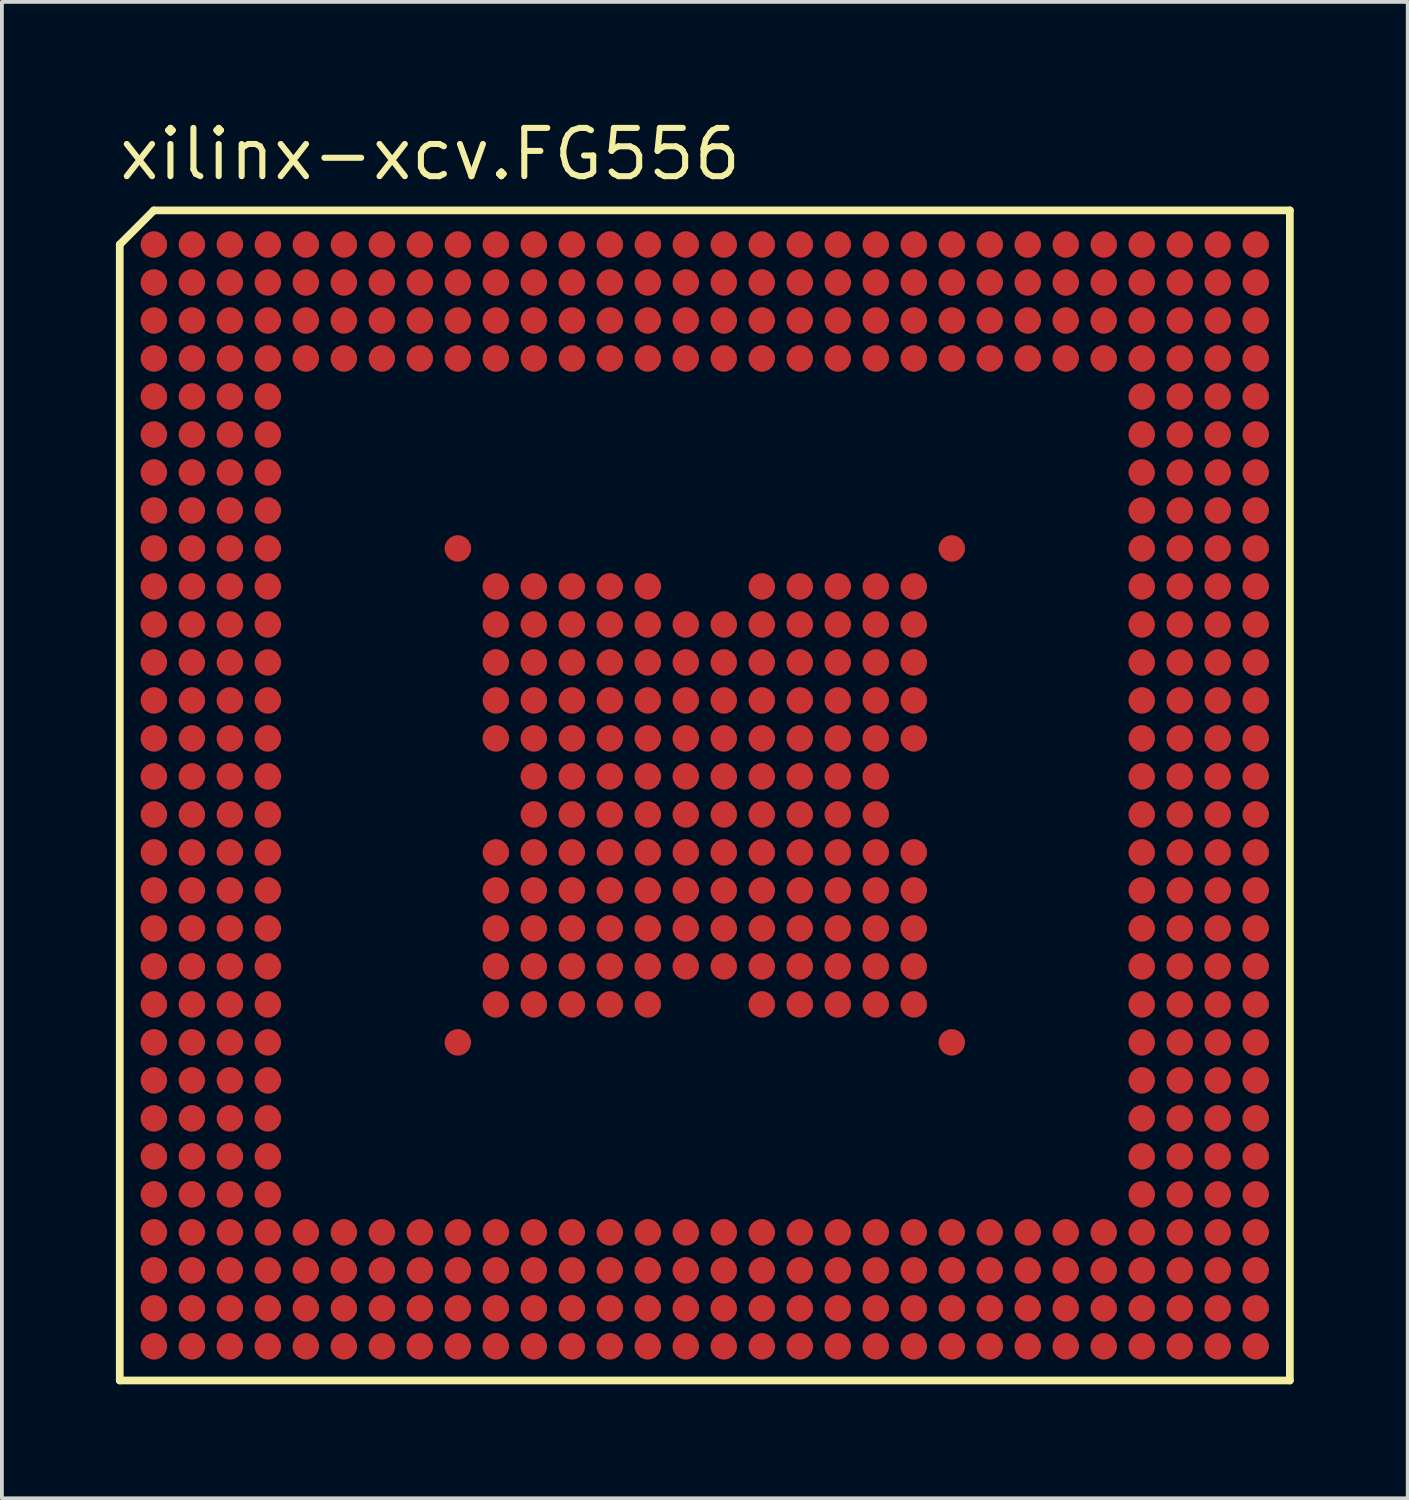
<source format=kicad_pcb>
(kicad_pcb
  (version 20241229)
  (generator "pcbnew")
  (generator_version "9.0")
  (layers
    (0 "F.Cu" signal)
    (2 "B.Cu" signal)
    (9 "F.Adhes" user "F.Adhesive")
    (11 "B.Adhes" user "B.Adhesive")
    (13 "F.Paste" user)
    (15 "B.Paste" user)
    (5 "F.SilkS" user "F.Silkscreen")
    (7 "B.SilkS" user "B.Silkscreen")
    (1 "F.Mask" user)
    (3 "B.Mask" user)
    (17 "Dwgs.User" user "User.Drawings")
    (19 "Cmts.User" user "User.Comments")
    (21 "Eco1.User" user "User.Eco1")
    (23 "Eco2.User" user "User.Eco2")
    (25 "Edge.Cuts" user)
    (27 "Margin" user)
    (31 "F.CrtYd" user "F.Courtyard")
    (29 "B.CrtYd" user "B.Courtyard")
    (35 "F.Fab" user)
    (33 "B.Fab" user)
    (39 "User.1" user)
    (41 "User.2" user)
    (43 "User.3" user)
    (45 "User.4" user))
  (footprint "xilinx-xcv.FG556"
    (layer "F.Cu")
    (at 15.5 17.885)
    (property "Reference" "xilinx-xcv.FG556" (at -15.5 -16.135 0) (layer "F.SilkS") (effects (font (size 1.27 1.27) (thickness 0.16)) (justify left bottom)))
    (attr smd)
    (fp_circle (center -14.5 -14.5) (end -14.2 -14.5) (stroke (width 0.1) (type default)) (fill no) (layer "F.Mask"))
    (fp_circle (center -14.5 -13.5) (end -14.2 -13.5) (stroke (width 0.1) (type default)) (fill no) (layer "F.Mask"))
    (fp_circle (center -14.5 -12.5) (end -14.2 -12.5) (stroke (width 0.1) (type default)) (fill no) (layer "F.Mask"))
    (fp_circle (center -14.5 -11.5) (end -14.2 -11.5) (stroke (width 0.1) (type default)) (fill no) (layer "F.Mask"))
    (fp_circle (center -14.5 -10.5) (end -14.2 -10.5) (stroke (width 0.1) (type default)) (fill no) (layer "F.Mask"))
    (fp_circle (center -14.5 -9.5) (end -14.2 -9.5) (stroke (width 0.1) (type default)) (fill no) (layer "F.Mask"))
    (fp_circle (center -14.5 -8.5) (end -14.2 -8.5) (stroke (width 0.1) (type default)) (fill no) (layer "F.Mask"))
    (fp_circle (center -14.5 -7.5) (end -14.2 -7.5) (stroke (width 0.1) (type default)) (fill no) (layer "F.Mask"))
    (fp_circle (center -14.5 -6.5) (end -14.2 -6.5) (stroke (width 0.1) (type default)) (fill no) (layer "F.Mask"))
    (fp_circle (center -14.5 -5.5) (end -14.2 -5.5) (stroke (width 0.1) (type default)) (fill no) (layer "F.Mask"))
    (fp_circle (center -14.5 -4.5) (end -14.2 -4.5) (stroke (width 0.1) (type default)) (fill no) (layer "F.Mask"))
    (fp_circle (center -14.5 -3.5) (end -14.2 -3.5) (stroke (width 0.1) (type default)) (fill no) (layer "F.Mask"))
    (fp_circle (center -14.5 -2.5) (end -14.2 -2.5) (stroke (width 0.1) (type default)) (fill no) (layer "F.Mask"))
    (fp_circle (center -14.5 -1.5) (end -14.2 -1.5) (stroke (width 0.1) (type default)) (fill no) (layer "F.Mask"))
    (fp_circle (center -14.5 -0.5) (end -14.2 -0.5) (stroke (width 0.1) (type default)) (fill no) (layer "F.Mask"))
    (fp_circle (center -14.5 0.5) (end -14.2 0.5) (stroke (width 0.1) (type default)) (fill no) (layer "F.Mask"))
    (fp_circle (center -14.5 1.5) (end -14.2 1.5) (stroke (width 0.1) (type default)) (fill no) (layer "F.Mask"))
    (fp_circle (center -14.5 2.5) (end -14.2 2.5) (stroke (width 0.1) (type default)) (fill no) (layer "F.Mask"))
    (fp_circle (center -14.5 3.5) (end -14.2 3.5) (stroke (width 0.1) (type default)) (fill no) (layer "F.Mask"))
    (fp_circle (center -14.5 4.5) (end -14.2 4.5) (stroke (width 0.1) (type default)) (fill no) (layer "F.Mask"))
    (fp_circle (center -14.5 5.5) (end -14.2 5.5) (stroke (width 0.1) (type default)) (fill no) (layer "F.Mask"))
    (fp_circle (center -14.5 6.5) (end -14.2 6.5) (stroke (width 0.1) (type default)) (fill no) (layer "F.Mask"))
    (fp_circle (center -14.5 7.5) (end -14.2 7.5) (stroke (width 0.1) (type default)) (fill no) (layer "F.Mask"))
    (fp_circle (center -14.5 8.5) (end -14.2 8.5) (stroke (width 0.1) (type default)) (fill no) (layer "F.Mask"))
    (fp_circle (center -14.5 9.5) (end -14.2 9.5) (stroke (width 0.1) (type default)) (fill no) (layer "F.Mask"))
    (fp_circle (center -14.5 10.5) (end -14.2 10.5) (stroke (width 0.1) (type default)) (fill no) (layer "F.Mask"))
    (fp_circle (center -14.5 11.5) (end -14.2 11.5) (stroke (width 0.1) (type default)) (fill no) (layer "F.Mask"))
    (fp_circle (center -14.5 12.5) (end -14.2 12.5) (stroke (width 0.1) (type default)) (fill no) (layer "F.Mask"))
    (fp_circle (center -14.5 13.5) (end -14.2 13.5) (stroke (width 0.1) (type default)) (fill no) (layer "F.Mask"))
    (fp_circle (center -14.5 14.5) (end -14.2 14.5) (stroke (width 0.1) (type default)) (fill no) (layer "F.Mask"))
    (fp_circle (center -13.5 -14.5) (end -13.2 -14.5) (stroke (width 0.1) (type default)) (fill no) (layer "F.Mask"))
    (fp_circle (center -13.5 -13.5) (end -13.2 -13.5) (stroke (width 0.1) (type default)) (fill no) (layer "F.Mask"))
    (fp_circle (center -13.5 -12.5) (end -13.2 -12.5) (stroke (width 0.1) (type default)) (fill no) (layer "F.Mask"))
    (fp_circle (center -13.5 -11.5) (end -13.2 -11.5) (stroke (width 0.1) (type default)) (fill no) (layer "F.Mask"))
    (fp_circle (center -13.5 -10.5) (end -13.2 -10.5) (stroke (width 0.1) (type default)) (fill no) (layer "F.Mask"))
    (fp_circle (center -13.5 -9.5) (end -13.2 -9.5) (stroke (width 0.1) (type default)) (fill no) (layer "F.Mask"))
    (fp_circle (center -13.5 -8.5) (end -13.2 -8.5) (stroke (width 0.1) (type default)) (fill no) (layer "F.Mask"))
    (fp_circle (center -13.5 -7.5) (end -13.2 -7.5) (stroke (width 0.1) (type default)) (fill no) (layer "F.Mask"))
    (fp_circle (center -13.5 -6.5) (end -13.2 -6.5) (stroke (width 0.1) (type default)) (fill no) (layer "F.Mask"))
    (fp_circle (center -13.5 -5.5) (end -13.2 -5.5) (stroke (width 0.1) (type default)) (fill no) (layer "F.Mask"))
    (fp_circle (center -13.5 -4.5) (end -13.2 -4.5) (stroke (width 0.1) (type default)) (fill no) (layer "F.Mask"))
    (fp_circle (center -13.5 -3.5) (end -13.2 -3.5) (stroke (width 0.1) (type default)) (fill no) (layer "F.Mask"))
    (fp_circle (center -13.5 -2.5) (end -13.2 -2.5) (stroke (width 0.1) (type default)) (fill no) (layer "F.Mask"))
    (fp_circle (center -13.5 -1.5) (end -13.2 -1.5) (stroke (width 0.1) (type default)) (fill no) (layer "F.Mask"))
    (fp_circle (center -13.5 -0.5) (end -13.2 -0.5) (stroke (width 0.1) (type default)) (fill no) (layer "F.Mask"))
    (fp_circle (center -13.5 0.5) (end -13.2 0.5) (stroke (width 0.1) (type default)) (fill no) (layer "F.Mask"))
    (fp_circle (center -13.5 1.5) (end -13.2 1.5) (stroke (width 0.1) (type default)) (fill no) (layer "F.Mask"))
    (fp_circle (center -13.5 2.5) (end -13.2 2.5) (stroke (width 0.1) (type default)) (fill no) (layer "F.Mask"))
    (fp_circle (center -13.5 3.5) (end -13.2 3.5) (stroke (width 0.1) (type default)) (fill no) (layer "F.Mask"))
    (fp_circle (center -13.5 4.5) (end -13.2 4.5) (stroke (width 0.1) (type default)) (fill no) (layer "F.Mask"))
    (fp_circle (center -13.5 5.5) (end -13.2 5.5) (stroke (width 0.1) (type default)) (fill no) (layer "F.Mask"))
    (fp_circle (center -13.5 6.5) (end -13.2 6.5) (stroke (width 0.1) (type default)) (fill no) (layer "F.Mask"))
    (fp_circle (center -13.5 7.5) (end -13.2 7.5) (stroke (width 0.1) (type default)) (fill no) (layer "F.Mask"))
    (fp_circle (center -13.5 8.5) (end -13.2 8.5) (stroke (width 0.1) (type default)) (fill no) (layer "F.Mask"))
    (fp_circle (center -13.5 9.5) (end -13.2 9.5) (stroke (width 0.1) (type default)) (fill no) (layer "F.Mask"))
    (fp_circle (center -13.5 10.5) (end -13.2 10.5) (stroke (width 0.1) (type default)) (fill no) (layer "F.Mask"))
    (fp_circle (center -13.5 11.5) (end -13.2 11.5) (stroke (width 0.1) (type default)) (fill no) (layer "F.Mask"))
    (fp_circle (center -13.5 12.5) (end -13.2 12.5) (stroke (width 0.1) (type default)) (fill no) (layer "F.Mask"))
    (fp_circle (center -13.5 13.5) (end -13.2 13.5) (stroke (width 0.1) (type default)) (fill no) (layer "F.Mask"))
    (fp_circle (center -13.5 14.5) (end -13.2 14.5) (stroke (width 0.1) (type default)) (fill no) (layer "F.Mask"))
    (fp_circle (center -12.5 -14.5) (end -12.2 -14.5) (stroke (width 0.1) (type default)) (fill no) (layer "F.Mask"))
    (fp_circle (center -12.5 -13.5) (end -12.2 -13.5) (stroke (width 0.1) (type default)) (fill no) (layer "F.Mask"))
    (fp_circle (center -12.5 -12.5) (end -12.2 -12.5) (stroke (width 0.1) (type default)) (fill no) (layer "F.Mask"))
    (fp_circle (center -12.5 -11.5) (end -12.2 -11.5) (stroke (width 0.1) (type default)) (fill no) (layer "F.Mask"))
    (fp_circle (center -12.5 -10.5) (end -12.2 -10.5) (stroke (width 0.1) (type default)) (fill no) (layer "F.Mask"))
    (fp_circle (center -12.5 -9.5) (end -12.2 -9.5) (stroke (width 0.1) (type default)) (fill no) (layer "F.Mask"))
    (fp_circle (center -12.5 -8.5) (end -12.2 -8.5) (stroke (width 0.1) (type default)) (fill no) (layer "F.Mask"))
    (fp_circle (center -12.5 -7.5) (end -12.2 -7.5) (stroke (width 0.1) (type default)) (fill no) (layer "F.Mask"))
    (fp_circle (center -12.5 -6.5) (end -12.2 -6.5) (stroke (width 0.1) (type default)) (fill no) (layer "F.Mask"))
    (fp_circle (center -12.5 -5.5) (end -12.2 -5.5) (stroke (width 0.1) (type default)) (fill no) (layer "F.Mask"))
    (fp_circle (center -12.5 -4.5) (end -12.2 -4.5) (stroke (width 0.1) (type default)) (fill no) (layer "F.Mask"))
    (fp_circle (center -12.5 -3.5) (end -12.2 -3.5) (stroke (width 0.1) (type default)) (fill no) (layer "F.Mask"))
    (fp_circle (center -12.5 -2.5) (end -12.2 -2.5) (stroke (width 0.1) (type default)) (fill no) (layer "F.Mask"))
    (fp_circle (center -12.5 -1.5) (end -12.2 -1.5) (stroke (width 0.1) (type default)) (fill no) (layer "F.Mask"))
    (fp_circle (center -12.5 -0.5) (end -12.2 -0.5) (stroke (width 0.1) (type default)) (fill no) (layer "F.Mask"))
    (fp_circle (center -12.5 0.5) (end -12.2 0.5) (stroke (width 0.1) (type default)) (fill no) (layer "F.Mask"))
    (fp_circle (center -12.5 1.5) (end -12.2 1.5) (stroke (width 0.1) (type default)) (fill no) (layer "F.Mask"))
    (fp_circle (center -12.5 2.5) (end -12.2 2.5) (stroke (width 0.1) (type default)) (fill no) (layer "F.Mask"))
    (fp_circle (center -12.5 3.5) (end -12.2 3.5) (stroke (width 0.1) (type default)) (fill no) (layer "F.Mask"))
    (fp_circle (center -12.5 4.5) (end -12.2 4.5) (stroke (width 0.1) (type default)) (fill no) (layer "F.Mask"))
    (fp_circle (center -12.5 5.5) (end -12.2 5.5) (stroke (width 0.1) (type default)) (fill no) (layer "F.Mask"))
    (fp_circle (center -12.5 6.5) (end -12.2 6.5) (stroke (width 0.1) (type default)) (fill no) (layer "F.Mask"))
    (fp_circle (center -12.5 7.5) (end -12.2 7.5) (stroke (width 0.1) (type default)) (fill no) (layer "F.Mask"))
    (fp_circle (center -12.5 8.5) (end -12.2 8.5) (stroke (width 0.1) (type default)) (fill no) (layer "F.Mask"))
    (fp_circle (center -12.5 9.5) (end -12.2 9.5) (stroke (width 0.1) (type default)) (fill no) (layer "F.Mask"))
    (fp_circle (center -12.5 10.5) (end -12.2 10.5) (stroke (width 0.1) (type default)) (fill no) (layer "F.Mask"))
    (fp_circle (center -12.5 11.5) (end -12.2 11.5) (stroke (width 0.1) (type default)) (fill no) (layer "F.Mask"))
    (fp_circle (center -12.5 12.5) (end -12.2 12.5) (stroke (width 0.1) (type default)) (fill no) (layer "F.Mask"))
    (fp_circle (center -12.5 13.5) (end -12.2 13.5) (stroke (width 0.1) (type default)) (fill no) (layer "F.Mask"))
    (fp_circle (center -12.5 14.5) (end -12.2 14.5) (stroke (width 0.1) (type default)) (fill no) (layer "F.Mask"))
    (fp_circle (center -11.5 -14.5) (end -11.2 -14.5) (stroke (width 0.1) (type default)) (fill no) (layer "F.Mask"))
    (fp_circle (center -11.5 -13.5) (end -11.2 -13.5) (stroke (width 0.1) (type default)) (fill no) (layer "F.Mask"))
    (fp_circle (center -11.5 -12.5) (end -11.2 -12.5) (stroke (width 0.1) (type default)) (fill no) (layer "F.Mask"))
    (fp_circle (center -11.5 -11.5) (end -11.2 -11.5) (stroke (width 0.1) (type default)) (fill no) (layer "F.Mask"))
    (fp_circle (center -11.5 -10.5) (end -11.2 -10.5) (stroke (width 0.1) (type default)) (fill no) (layer "F.Mask"))
    (fp_circle (center -11.5 -9.5) (end -11.2 -9.5) (stroke (width 0.1) (type default)) (fill no) (layer "F.Mask"))
    (fp_circle (center -11.5 -8.5) (end -11.2 -8.5) (stroke (width 0.1) (type default)) (fill no) (layer "F.Mask"))
    (fp_circle (center -11.5 -7.5) (end -11.2 -7.5) (stroke (width 0.1) (type default)) (fill no) (layer "F.Mask"))
    (fp_circle (center -11.5 -6.5) (end -11.2 -6.5) (stroke (width 0.1) (type default)) (fill no) (layer "F.Mask"))
    (fp_circle (center -11.5 -5.5) (end -11.2 -5.5) (stroke (width 0.1) (type default)) (fill no) (layer "F.Mask"))
    (fp_circle (center -11.5 -4.5) (end -11.2 -4.5) (stroke (width 0.1) (type default)) (fill no) (layer "F.Mask"))
    (fp_circle (center -11.5 -3.5) (end -11.2 -3.5) (stroke (width 0.1) (type default)) (fill no) (layer "F.Mask"))
    (fp_circle (center -11.5 -2.5) (end -11.2 -2.5) (stroke (width 0.1) (type default)) (fill no) (layer "F.Mask"))
    (fp_circle (center -11.5 -1.5) (end -11.2 -1.5) (stroke (width 0.1) (type default)) (fill no) (layer "F.Mask"))
    (fp_circle (center -11.5 -0.5) (end -11.2 -0.5) (stroke (width 0.1) (type default)) (fill no) (layer "F.Mask"))
    (fp_circle (center -11.5 0.5) (end -11.2 0.5) (stroke (width 0.1) (type default)) (fill no) (layer "F.Mask"))
    (fp_circle (center -11.5 1.5) (end -11.2 1.5) (stroke (width 0.1) (type default)) (fill no) (layer "F.Mask"))
    (fp_circle (center -11.5 2.5) (end -11.2 2.5) (stroke (width 0.1) (type default)) (fill no) (layer "F.Mask"))
    (fp_circle (center -11.5 3.5) (end -11.2 3.5) (stroke (width 0.1) (type default)) (fill no) (layer "F.Mask"))
    (fp_circle (center -11.5 4.5) (end -11.2 4.5) (stroke (width 0.1) (type default)) (fill no) (layer "F.Mask"))
    (fp_circle (center -11.5 5.5) (end -11.2 5.5) (stroke (width 0.1) (type default)) (fill no) (layer "F.Mask"))
    (fp_circle (center -11.5 6.5) (end -11.2 6.5) (stroke (width 0.1) (type default)) (fill no) (layer "F.Mask"))
    (fp_circle (center -11.5 7.5) (end -11.2 7.5) (stroke (width 0.1) (type default)) (fill no) (layer "F.Mask"))
    (fp_circle (center -11.5 8.5) (end -11.2 8.5) (stroke (width 0.1) (type default)) (fill no) (layer "F.Mask"))
    (fp_circle (center -11.5 9.5) (end -11.2 9.5) (stroke (width 0.1) (type default)) (fill no) (layer "F.Mask"))
    (fp_circle (center -11.5 10.5) (end -11.2 10.5) (stroke (width 0.1) (type default)) (fill no) (layer "F.Mask"))
    (fp_circle (center -11.5 11.5) (end -11.2 11.5) (stroke (width 0.1) (type default)) (fill no) (layer "F.Mask"))
    (fp_circle (center -11.5 12.5) (end -11.2 12.5) (stroke (width 0.1) (type default)) (fill no) (layer "F.Mask"))
    (fp_circle (center -11.5 13.5) (end -11.2 13.5) (stroke (width 0.1) (type default)) (fill no) (layer "F.Mask"))
    (fp_circle (center -11.5 14.5) (end -11.2 14.5) (stroke (width 0.1) (type default)) (fill no) (layer "F.Mask"))
    (fp_circle (center -10.5 -14.5) (end -10.2 -14.5) (stroke (width 0.1) (type default)) (fill no) (layer "F.Mask"))
    (fp_circle (center -10.5 -13.5) (end -10.2 -13.5) (stroke (width 0.1) (type default)) (fill no) (layer "F.Mask"))
    (fp_circle (center -10.5 -12.5) (end -10.2 -12.5) (stroke (width 0.1) (type default)) (fill no) (layer "F.Mask"))
    (fp_circle (center -10.5 -11.5) (end -10.2 -11.5) (stroke (width 0.1) (type default)) (fill no) (layer "F.Mask"))
    (fp_circle (center -10.5 11.5) (end -10.2 11.5) (stroke (width 0.1) (type default)) (fill no) (layer "F.Mask"))
    (fp_circle (center -10.5 12.5) (end -10.2 12.5) (stroke (width 0.1) (type default)) (fill no) (layer "F.Mask"))
    (fp_circle (center -10.5 13.5) (end -10.2 13.5) (stroke (width 0.1) (type default)) (fill no) (layer "F.Mask"))
    (fp_circle (center -10.5 14.5) (end -10.2 14.5) (stroke (width 0.1) (type default)) (fill no) (layer "F.Mask"))
    (fp_circle (center -9.5 -14.5) (end -9.2 -14.5) (stroke (width 0.1) (type default)) (fill no) (layer "F.Mask"))
    (fp_circle (center -9.5 -13.5) (end -9.2 -13.5) (stroke (width 0.1) (type default)) (fill no) (layer "F.Mask"))
    (fp_circle (center -9.5 -12.5) (end -9.2 -12.5) (stroke (width 0.1) (type default)) (fill no) (layer "F.Mask"))
    (fp_circle (center -9.5 -11.5) (end -9.2 -11.5) (stroke (width 0.1) (type default)) (fill no) (layer "F.Mask"))
    (fp_circle (center -9.5 11.5) (end -9.2 11.5) (stroke (width 0.1) (type default)) (fill no) (layer "F.Mask"))
    (fp_circle (center -9.5 12.5) (end -9.2 12.5) (stroke (width 0.1) (type default)) (fill no) (layer "F.Mask"))
    (fp_circle (center -9.5 13.5) (end -9.2 13.5) (stroke (width 0.1) (type default)) (fill no) (layer "F.Mask"))
    (fp_circle (center -9.5 14.5) (end -9.2 14.5) (stroke (width 0.1) (type default)) (fill no) (layer "F.Mask"))
    (fp_circle (center -8.5 -14.5) (end -8.2 -14.5) (stroke (width 0.1) (type default)) (fill no) (layer "F.Mask"))
    (fp_circle (center -8.5 -13.5) (end -8.2 -13.5) (stroke (width 0.1) (type default)) (fill no) (layer "F.Mask"))
    (fp_circle (center -8.5 -12.5) (end -8.2 -12.5) (stroke (width 0.1) (type default)) (fill no) (layer "F.Mask"))
    (fp_circle (center -8.5 -11.5) (end -8.2 -11.5) (stroke (width 0.1) (type default)) (fill no) (layer "F.Mask"))
    (fp_circle (center -8.5 11.5) (end -8.2 11.5) (stroke (width 0.1) (type default)) (fill no) (layer "F.Mask"))
    (fp_circle (center -8.5 12.5) (end -8.2 12.5) (stroke (width 0.1) (type default)) (fill no) (layer "F.Mask"))
    (fp_circle (center -8.5 13.5) (end -8.2 13.5) (stroke (width 0.1) (type default)) (fill no) (layer "F.Mask"))
    (fp_circle (center -8.5 14.5) (end -8.2 14.5) (stroke (width 0.1) (type default)) (fill no) (layer "F.Mask"))
    (fp_circle (center -7.5 -14.5) (end -7.2 -14.5) (stroke (width 0.1) (type default)) (fill no) (layer "F.Mask"))
    (fp_circle (center -7.5 -13.5) (end -7.2 -13.5) (stroke (width 0.1) (type default)) (fill no) (layer "F.Mask"))
    (fp_circle (center -7.5 -12.5) (end -7.2 -12.5) (stroke (width 0.1) (type default)) (fill no) (layer "F.Mask"))
    (fp_circle (center -7.5 -11.5) (end -7.2 -11.5) (stroke (width 0.1) (type default)) (fill no) (layer "F.Mask"))
    (fp_circle (center -7.5 11.5) (end -7.2 11.5) (stroke (width 0.1) (type default)) (fill no) (layer "F.Mask"))
    (fp_circle (center -7.5 12.5) (end -7.2 12.5) (stroke (width 0.1) (type default)) (fill no) (layer "F.Mask"))
    (fp_circle (center -7.5 13.5) (end -7.2 13.5) (stroke (width 0.1) (type default)) (fill no) (layer "F.Mask"))
    (fp_circle (center -7.5 14.5) (end -7.2 14.5) (stroke (width 0.1) (type default)) (fill no) (layer "F.Mask"))
    (fp_circle (center -6.5 -14.5) (end -6.2 -14.5) (stroke (width 0.1) (type default)) (fill no) (layer "F.Mask"))
    (fp_circle (center -6.5 -13.5) (end -6.2 -13.5) (stroke (width 0.1) (type default)) (fill no) (layer "F.Mask"))
    (fp_circle (center -6.5 -12.5) (end -6.2 -12.5) (stroke (width 0.1) (type default)) (fill no) (layer "F.Mask"))
    (fp_circle (center -6.5 -11.5) (end -6.2 -11.5) (stroke (width 0.1) (type default)) (fill no) (layer "F.Mask"))
    (fp_circle (center -6.5 -6.5) (end -6.2 -6.5) (stroke (width 0.1) (type default)) (fill no) (layer "F.Mask"))
    (fp_circle (center -6.5 6.5) (end -6.2 6.5) (stroke (width 0.1) (type default)) (fill no) (layer "F.Mask"))
    (fp_circle (center -6.5 11.5) (end -6.2 11.5) (stroke (width 0.1) (type default)) (fill no) (layer "F.Mask"))
    (fp_circle (center -6.5 12.5) (end -6.2 12.5) (stroke (width 0.1) (type default)) (fill no) (layer "F.Mask"))
    (fp_circle (center -6.5 13.5) (end -6.2 13.5) (stroke (width 0.1) (type default)) (fill no) (layer "F.Mask"))
    (fp_circle (center -6.5 14.5) (end -6.2 14.5) (stroke (width 0.1) (type default)) (fill no) (layer "F.Mask"))
    (fp_circle (center -5.5 -14.5) (end -5.2 -14.5) (stroke (width 0.1) (type default)) (fill no) (layer "F.Mask"))
    (fp_circle (center -5.5 -13.5) (end -5.2 -13.5) (stroke (width 0.1) (type default)) (fill no) (layer "F.Mask"))
    (fp_circle (center -5.5 -12.5) (end -5.2 -12.5) (stroke (width 0.1) (type default)) (fill no) (layer "F.Mask"))
    (fp_circle (center -5.5 -11.5) (end -5.2 -11.5) (stroke (width 0.1) (type default)) (fill no) (layer "F.Mask"))
    (fp_circle (center -5.5 -5.5) (end -5.2 -5.5) (stroke (width 0.1) (type default)) (fill no) (layer "F.Mask"))
    (fp_circle (center -5.5 -4.5) (end -5.2 -4.5) (stroke (width 0.1) (type default)) (fill no) (layer "F.Mask"))
    (fp_circle (center -5.5 -3.5) (end -5.2 -3.5) (stroke (width 0.1) (type default)) (fill no) (layer "F.Mask"))
    (fp_circle (center -5.5 -2.5) (end -5.2 -2.5) (stroke (width 0.1) (type default)) (fill no) (layer "F.Mask"))
    (fp_circle (center -5.5 -1.5) (end -5.2 -1.5) (stroke (width 0.1) (type default)) (fill no) (layer "F.Mask"))
    (fp_circle (center -5.5 1.5) (end -5.2 1.5) (stroke (width 0.1) (type default)) (fill no) (layer "F.Mask"))
    (fp_circle (center -5.5 2.5) (end -5.2 2.5) (stroke (width 0.1) (type default)) (fill no) (layer "F.Mask"))
    (fp_circle (center -5.5 3.5) (end -5.2 3.5) (stroke (width 0.1) (type default)) (fill no) (layer "F.Mask"))
    (fp_circle (center -5.5 4.5) (end -5.2 4.5) (stroke (width 0.1) (type default)) (fill no) (layer "F.Mask"))
    (fp_circle (center -5.5 5.5) (end -5.2 5.5) (stroke (width 0.1) (type default)) (fill no) (layer "F.Mask"))
    (fp_circle (center -5.5 11.5) (end -5.2 11.5) (stroke (width 0.1) (type default)) (fill no) (layer "F.Mask"))
    (fp_circle (center -5.5 12.5) (end -5.2 12.5) (stroke (width 0.1) (type default)) (fill no) (layer "F.Mask"))
    (fp_circle (center -5.5 13.5) (end -5.2 13.5) (stroke (width 0.1) (type default)) (fill no) (layer "F.Mask"))
    (fp_circle (center -5.5 14.5) (end -5.2 14.5) (stroke (width 0.1) (type default)) (fill no) (layer "F.Mask"))
    (fp_circle (center -4.5 -14.5) (end -4.2 -14.5) (stroke (width 0.1) (type default)) (fill no) (layer "F.Mask"))
    (fp_circle (center -4.5 -13.5) (end -4.2 -13.5) (stroke (width 0.1) (type default)) (fill no) (layer "F.Mask"))
    (fp_circle (center -4.5 -12.5) (end -4.2 -12.5) (stroke (width 0.1) (type default)) (fill no) (layer "F.Mask"))
    (fp_circle (center -4.5 -11.5) (end -4.2 -11.5) (stroke (width 0.1) (type default)) (fill no) (layer "F.Mask"))
    (fp_circle (center -4.5 -5.5) (end -4.2 -5.5) (stroke (width 0.1) (type default)) (fill no) (layer "F.Mask"))
    (fp_circle (center -4.5 -4.5) (end -4.2 -4.5) (stroke (width 0.1) (type default)) (fill no) (layer "F.Mask"))
    (fp_circle (center -4.5 -3.5) (end -4.2 -3.5) (stroke (width 0.1) (type default)) (fill no) (layer "F.Mask"))
    (fp_circle (center -4.5 -2.5) (end -4.2 -2.5) (stroke (width 0.1) (type default)) (fill no) (layer "F.Mask"))
    (fp_circle (center -4.5 -1.5) (end -4.2 -1.5) (stroke (width 0.1) (type default)) (fill no) (layer "F.Mask"))
    (fp_circle (center -4.5 -0.5) (end -4.2 -0.5) (stroke (width 0.1) (type default)) (fill no) (layer "F.Mask"))
    (fp_circle (center -4.5 0.5) (end -4.2 0.5) (stroke (width 0.1) (type default)) (fill no) (layer "F.Mask"))
    (fp_circle (center -4.5 1.5) (end -4.2 1.5) (stroke (width 0.1) (type default)) (fill no) (layer "F.Mask"))
    (fp_circle (center -4.5 2.5) (end -4.2 2.5) (stroke (width 0.1) (type default)) (fill no) (layer "F.Mask"))
    (fp_circle (center -4.5 3.5) (end -4.2 3.5) (stroke (width 0.1) (type default)) (fill no) (layer "F.Mask"))
    (fp_circle (center -4.5 4.5) (end -4.2 4.5) (stroke (width 0.1) (type default)) (fill no) (layer "F.Mask"))
    (fp_circle (center -4.5 5.5) (end -4.2 5.5) (stroke (width 0.1) (type default)) (fill no) (layer "F.Mask"))
    (fp_circle (center -4.5 11.5) (end -4.2 11.5) (stroke (width 0.1) (type default)) (fill no) (layer "F.Mask"))
    (fp_circle (center -4.5 12.5) (end -4.2 12.5) (stroke (width 0.1) (type default)) (fill no) (layer "F.Mask"))
    (fp_circle (center -4.5 13.5) (end -4.2 13.5) (stroke (width 0.1) (type default)) (fill no) (layer "F.Mask"))
    (fp_circle (center -4.5 14.5) (end -4.2 14.5) (stroke (width 0.1) (type default)) (fill no) (layer "F.Mask"))
    (fp_circle (center -3.5 -14.5) (end -3.2 -14.5) (stroke (width 0.1) (type default)) (fill no) (layer "F.Mask"))
    (fp_circle (center -3.5 -13.5) (end -3.2 -13.5) (stroke (width 0.1) (type default)) (fill no) (layer "F.Mask"))
    (fp_circle (center -3.5 -12.5) (end -3.2 -12.5) (stroke (width 0.1) (type default)) (fill no) (layer "F.Mask"))
    (fp_circle (center -3.5 -11.5) (end -3.2 -11.5) (stroke (width 0.1) (type default)) (fill no) (layer "F.Mask"))
    (fp_circle (center -3.5 -5.5) (end -3.2 -5.5) (stroke (width 0.1) (type default)) (fill no) (layer "F.Mask"))
    (fp_circle (center -3.5 -4.5) (end -3.2 -4.5) (stroke (width 0.1) (type default)) (fill no) (layer "F.Mask"))
    (fp_circle (center -3.5 -3.5) (end -3.2 -3.5) (stroke (width 0.1) (type default)) (fill no) (layer "F.Mask"))
    (fp_circle (center -3.5 -2.5) (end -3.2 -2.5) (stroke (width 0.1) (type default)) (fill no) (layer "F.Mask"))
    (fp_circle (center -3.5 -1.5) (end -3.2 -1.5) (stroke (width 0.1) (type default)) (fill no) (layer "F.Mask"))
    (fp_circle (center -3.5 -0.5) (end -3.2 -0.5) (stroke (width 0.1) (type default)) (fill no) (layer "F.Mask"))
    (fp_circle (center -3.5 0.5) (end -3.2 0.5) (stroke (width 0.1) (type default)) (fill no) (layer "F.Mask"))
    (fp_circle (center -3.5 1.5) (end -3.2 1.5) (stroke (width 0.1) (type default)) (fill no) (layer "F.Mask"))
    (fp_circle (center -3.5 2.5) (end -3.2 2.5) (stroke (width 0.1) (type default)) (fill no) (layer "F.Mask"))
    (fp_circle (center -3.5 3.5) (end -3.2 3.5) (stroke (width 0.1) (type default)) (fill no) (layer "F.Mask"))
    (fp_circle (center -3.5 4.5) (end -3.2 4.5) (stroke (width 0.1) (type default)) (fill no) (layer "F.Mask"))
    (fp_circle (center -3.5 5.5) (end -3.2 5.5) (stroke (width 0.1) (type default)) (fill no) (layer "F.Mask"))
    (fp_circle (center -3.5 11.5) (end -3.2 11.5) (stroke (width 0.1) (type default)) (fill no) (layer "F.Mask"))
    (fp_circle (center -3.5 12.5) (end -3.2 12.5) (stroke (width 0.1) (type default)) (fill no) (layer "F.Mask"))
    (fp_circle (center -3.5 13.5) (end -3.2 13.5) (stroke (width 0.1) (type default)) (fill no) (layer "F.Mask"))
    (fp_circle (center -3.5 14.5) (end -3.2 14.5) (stroke (width 0.1) (type default)) (fill no) (layer "F.Mask"))
    (fp_circle (center -2.5 -14.5) (end -2.2 -14.5) (stroke (width 0.1) (type default)) (fill no) (layer "F.Mask"))
    (fp_circle (center -2.5 -13.5) (end -2.2 -13.5) (stroke (width 0.1) (type default)) (fill no) (layer "F.Mask"))
    (fp_circle (center -2.5 -12.5) (end -2.2 -12.5) (stroke (width 0.1) (type default)) (fill no) (layer "F.Mask"))
    (fp_circle (center -2.5 -11.5) (end -2.2 -11.5) (stroke (width 0.1) (type default)) (fill no) (layer "F.Mask"))
    (fp_circle (center -2.5 -5.5) (end -2.2 -5.5) (stroke (width 0.1) (type default)) (fill no) (layer "F.Mask"))
    (fp_circle (center -2.5 -4.5) (end -2.2 -4.5) (stroke (width 0.1) (type default)) (fill no) (layer "F.Mask"))
    (fp_circle (center -2.5 -3.5) (end -2.2 -3.5) (stroke (width 0.1) (type default)) (fill no) (layer "F.Mask"))
    (fp_circle (center -2.5 -2.5) (end -2.2 -2.5) (stroke (width 0.1) (type default)) (fill no) (layer "F.Mask"))
    (fp_circle (center -2.5 -1.5) (end -2.2 -1.5) (stroke (width 0.1) (type default)) (fill no) (layer "F.Mask"))
    (fp_circle (center -2.5 -0.5) (end -2.2 -0.5) (stroke (width 0.1) (type default)) (fill no) (layer "F.Mask"))
    (fp_circle (center -2.5 0.5) (end -2.2 0.5) (stroke (width 0.1) (type default)) (fill no) (layer "F.Mask"))
    (fp_circle (center -2.5 1.5) (end -2.2 1.5) (stroke (width 0.1) (type default)) (fill no) (layer "F.Mask"))
    (fp_circle (center -2.5 2.5) (end -2.2 2.5) (stroke (width 0.1) (type default)) (fill no) (layer "F.Mask"))
    (fp_circle (center -2.5 3.5) (end -2.2 3.5) (stroke (width 0.1) (type default)) (fill no) (layer "F.Mask"))
    (fp_circle (center -2.5 4.5) (end -2.2 4.5) (stroke (width 0.1) (type default)) (fill no) (layer "F.Mask"))
    (fp_circle (center -2.5 5.5) (end -2.2 5.5) (stroke (width 0.1) (type default)) (fill no) (layer "F.Mask"))
    (fp_circle (center -2.5 11.5) (end -2.2 11.5) (stroke (width 0.1) (type default)) (fill no) (layer "F.Mask"))
    (fp_circle (center -2.5 12.5) (end -2.2 12.5) (stroke (width 0.1) (type default)) (fill no) (layer "F.Mask"))
    (fp_circle (center -2.5 13.5) (end -2.2 13.5) (stroke (width 0.1) (type default)) (fill no) (layer "F.Mask"))
    (fp_circle (center -2.5 14.5) (end -2.2 14.5) (stroke (width 0.1) (type default)) (fill no) (layer "F.Mask"))
    (fp_circle (center -1.5 -14.5) (end -1.2 -14.5) (stroke (width 0.1) (type default)) (fill no) (layer "F.Mask"))
    (fp_circle (center -1.5 -13.5) (end -1.2 -13.5) (stroke (width 0.1) (type default)) (fill no) (layer "F.Mask"))
    (fp_circle (center -1.5 -12.5) (end -1.2 -12.5) (stroke (width 0.1) (type default)) (fill no) (layer "F.Mask"))
    (fp_circle (center -1.5 -11.5) (end -1.2 -11.5) (stroke (width 0.1) (type default)) (fill no) (layer "F.Mask"))
    (fp_circle (center -1.5 -5.5) (end -1.2 -5.5) (stroke (width 0.1) (type default)) (fill no) (layer "F.Mask"))
    (fp_circle (center -1.5 -4.5) (end -1.2 -4.5) (stroke (width 0.1) (type default)) (fill no) (layer "F.Mask"))
    (fp_circle (center -1.5 -3.5) (end -1.2 -3.5) (stroke (width 0.1) (type default)) (fill no) (layer "F.Mask"))
    (fp_circle (center -1.5 -2.5) (end -1.2 -2.5) (stroke (width 0.1) (type default)) (fill no) (layer "F.Mask"))
    (fp_circle (center -1.5 -1.5) (end -1.2 -1.5) (stroke (width 0.1) (type default)) (fill no) (layer "F.Mask"))
    (fp_circle (center -1.5 -0.5) (end -1.2 -0.5) (stroke (width 0.1) (type default)) (fill no) (layer "F.Mask"))
    (fp_circle (center -1.5 0.5) (end -1.2 0.5) (stroke (width 0.1) (type default)) (fill no) (layer "F.Mask"))
    (fp_circle (center -1.5 1.5) (end -1.2 1.5) (stroke (width 0.1) (type default)) (fill no) (layer "F.Mask"))
    (fp_circle (center -1.5 2.5) (end -1.2 2.5) (stroke (width 0.1) (type default)) (fill no) (layer "F.Mask"))
    (fp_circle (center -1.5 3.5) (end -1.2 3.5) (stroke (width 0.1) (type default)) (fill no) (layer "F.Mask"))
    (fp_circle (center -1.5 4.5) (end -1.2 4.5) (stroke (width 0.1) (type default)) (fill no) (layer "F.Mask"))
    (fp_circle (center -1.5 5.5) (end -1.2 5.5) (stroke (width 0.1) (type default)) (fill no) (layer "F.Mask"))
    (fp_circle (center -1.5 11.5) (end -1.2 11.5) (stroke (width 0.1) (type default)) (fill no) (layer "F.Mask"))
    (fp_circle (center -1.5 12.5) (end -1.2 12.5) (stroke (width 0.1) (type default)) (fill no) (layer "F.Mask"))
    (fp_circle (center -1.5 13.5) (end -1.2 13.5) (stroke (width 0.1) (type default)) (fill no) (layer "F.Mask"))
    (fp_circle (center -1.5 14.5) (end -1.2 14.5) (stroke (width 0.1) (type default)) (fill no) (layer "F.Mask"))
    (fp_circle (center -0.5 -14.5) (end -0.2 -14.5) (stroke (width 0.1) (type default)) (fill no) (layer "F.Mask"))
    (fp_circle (center -0.5 -13.5) (end -0.2 -13.5) (stroke (width 0.1) (type default)) (fill no) (layer "F.Mask"))
    (fp_circle (center -0.5 -12.5) (end -0.2 -12.5) (stroke (width 0.1) (type default)) (fill no) (layer "F.Mask"))
    (fp_circle (center -0.5 -11.5) (end -0.2 -11.5) (stroke (width 0.1) (type default)) (fill no) (layer "F.Mask"))
    (fp_circle (center -0.5 -4.5) (end -0.2 -4.5) (stroke (width 0.1) (type default)) (fill no) (layer "F.Mask"))
    (fp_circle (center -0.5 -3.5) (end -0.2 -3.5) (stroke (width 0.1) (type default)) (fill no) (layer "F.Mask"))
    (fp_circle (center -0.5 -2.5) (end -0.2 -2.5) (stroke (width 0.1) (type default)) (fill no) (layer "F.Mask"))
    (fp_circle (center -0.5 -1.5) (end -0.2 -1.5) (stroke (width 0.1) (type default)) (fill no) (layer "F.Mask"))
    (fp_circle (center -0.5 -0.5) (end -0.2 -0.5) (stroke (width 0.1) (type default)) (fill no) (layer "F.Mask"))
    (fp_circle (center -0.5 0.5) (end -0.2 0.5) (stroke (width 0.1) (type default)) (fill no) (layer "F.Mask"))
    (fp_circle (center -0.5 1.5) (end -0.2 1.5) (stroke (width 0.1) (type default)) (fill no) (layer "F.Mask"))
    (fp_circle (center -0.5 2.5) (end -0.2 2.5) (stroke (width 0.1) (type default)) (fill no) (layer "F.Mask"))
    (fp_circle (center -0.5 3.5) (end -0.2 3.5) (stroke (width 0.1) (type default)) (fill no) (layer "F.Mask"))
    (fp_circle (center -0.5 4.5) (end -0.2 4.5) (stroke (width 0.1) (type default)) (fill no) (layer "F.Mask"))
    (fp_circle (center -0.5 11.5) (end -0.2 11.5) (stroke (width 0.1) (type default)) (fill no) (layer "F.Mask"))
    (fp_circle (center -0.5 12.5) (end -0.2 12.5) (stroke (width 0.1) (type default)) (fill no) (layer "F.Mask"))
    (fp_circle (center -0.5 13.5) (end -0.2 13.5) (stroke (width 0.1) (type default)) (fill no) (layer "F.Mask"))
    (fp_circle (center -0.5 14.5) (end -0.2 14.5) (stroke (width 0.1) (type default)) (fill no) (layer "F.Mask"))
    (fp_circle (center 0.5 -14.5) (end 0.8 -14.5) (stroke (width 0.1) (type default)) (fill no) (layer "F.Mask"))
    (fp_circle (center 0.5 -13.5) (end 0.8 -13.5) (stroke (width 0.1) (type default)) (fill no) (layer "F.Mask"))
    (fp_circle (center 0.5 -12.5) (end 0.8 -12.5) (stroke (width 0.1) (type default)) (fill no) (layer "F.Mask"))
    (fp_circle (center 0.5 -11.5) (end 0.8 -11.5) (stroke (width 0.1) (type default)) (fill no) (layer "F.Mask"))
    (fp_circle (center 0.5 -4.5) (end 0.8 -4.5) (stroke (width 0.1) (type default)) (fill no) (layer "F.Mask"))
    (fp_circle (center 0.5 -3.5) (end 0.8 -3.5) (stroke (width 0.1) (type default)) (fill no) (layer "F.Mask"))
    (fp_circle (center 0.5 -2.5) (end 0.8 -2.5) (stroke (width 0.1) (type default)) (fill no) (layer "F.Mask"))
    (fp_circle (center 0.5 -1.5) (end 0.8 -1.5) (stroke (width 0.1) (type default)) (fill no) (layer "F.Mask"))
    (fp_circle (center 0.5 -0.5) (end 0.8 -0.5) (stroke (width 0.1) (type default)) (fill no) (layer "F.Mask"))
    (fp_circle (center 0.5 0.5) (end 0.8 0.5) (stroke (width 0.1) (type default)) (fill no) (layer "F.Mask"))
    (fp_circle (center 0.5 1.5) (end 0.8 1.5) (stroke (width 0.1) (type default)) (fill no) (layer "F.Mask"))
    (fp_circle (center 0.5 2.5) (end 0.8 2.5) (stroke (width 0.1) (type default)) (fill no) (layer "F.Mask"))
    (fp_circle (center 0.5 3.5) (end 0.8 3.5) (stroke (width 0.1) (type default)) (fill no) (layer "F.Mask"))
    (fp_circle (center 0.5 4.5) (end 0.8 4.5) (stroke (width 0.1) (type default)) (fill no) (layer "F.Mask"))
    (fp_circle (center 0.5 11.5) (end 0.8 11.5) (stroke (width 0.1) (type default)) (fill no) (layer "F.Mask"))
    (fp_circle (center 0.5 12.5) (end 0.8 12.5) (stroke (width 0.1) (type default)) (fill no) (layer "F.Mask"))
    (fp_circle (center 0.5 13.5) (end 0.8 13.5) (stroke (width 0.1) (type default)) (fill no) (layer "F.Mask"))
    (fp_circle (center 0.5 14.5) (end 0.8 14.5) (stroke (width 0.1) (type default)) (fill no) (layer "F.Mask"))
    (fp_circle (center 1.5 -14.5) (end 1.8 -14.5) (stroke (width 0.1) (type default)) (fill no) (layer "F.Mask"))
    (fp_circle (center 1.5 -13.5) (end 1.8 -13.5) (stroke (width 0.1) (type default)) (fill no) (layer "F.Mask"))
    (fp_circle (center 1.5 -12.5) (end 1.8 -12.5) (stroke (width 0.1) (type default)) (fill no) (layer "F.Mask"))
    (fp_circle (center 1.5 -11.5) (end 1.8 -11.5) (stroke (width 0.1) (type default)) (fill no) (layer "F.Mask"))
    (fp_circle (center 1.5 -5.5) (end 1.8 -5.5) (stroke (width 0.1) (type default)) (fill no) (layer "F.Mask"))
    (fp_circle (center 1.5 -4.5) (end 1.8 -4.5) (stroke (width 0.1) (type default)) (fill no) (layer "F.Mask"))
    (fp_circle (center 1.5 -3.5) (end 1.8 -3.5) (stroke (width 0.1) (type default)) (fill no) (layer "F.Mask"))
    (fp_circle (center 1.5 -2.5) (end 1.8 -2.5) (stroke (width 0.1) (type default)) (fill no) (layer "F.Mask"))
    (fp_circle (center 1.5 -1.5) (end 1.8 -1.5) (stroke (width 0.1) (type default)) (fill no) (layer "F.Mask"))
    (fp_circle (center 1.5 -0.5) (end 1.8 -0.5) (stroke (width 0.1) (type default)) (fill no) (layer "F.Mask"))
    (fp_circle (center 1.5 0.5) (end 1.8 0.5) (stroke (width 0.1) (type default)) (fill no) (layer "F.Mask"))
    (fp_circle (center 1.5 1.5) (end 1.8 1.5) (stroke (width 0.1) (type default)) (fill no) (layer "F.Mask"))
    (fp_circle (center 1.5 2.5) (end 1.8 2.5) (stroke (width 0.1) (type default)) (fill no) (layer "F.Mask"))
    (fp_circle (center 1.5 3.5) (end 1.8 3.5) (stroke (width 0.1) (type default)) (fill no) (layer "F.Mask"))
    (fp_circle (center 1.5 4.5) (end 1.8 4.5) (stroke (width 0.1) (type default)) (fill no) (layer "F.Mask"))
    (fp_circle (center 1.5 5.5) (end 1.8 5.5) (stroke (width 0.1) (type default)) (fill no) (layer "F.Mask"))
    (fp_circle (center 1.5 11.5) (end 1.8 11.5) (stroke (width 0.1) (type default)) (fill no) (layer "F.Mask"))
    (fp_circle (center 1.5 12.5) (end 1.8 12.5) (stroke (width 0.1) (type default)) (fill no) (layer "F.Mask"))
    (fp_circle (center 1.5 13.5) (end 1.8 13.5) (stroke (width 0.1) (type default)) (fill no) (layer "F.Mask"))
    (fp_circle (center 1.5 14.5) (end 1.8 14.5) (stroke (width 0.1) (type default)) (fill no) (layer "F.Mask"))
    (fp_circle (center 2.5 -14.5) (end 2.8 -14.5) (stroke (width 0.1) (type default)) (fill no) (layer "F.Mask"))
    (fp_circle (center 2.5 -13.5) (end 2.8 -13.5) (stroke (width 0.1) (type default)) (fill no) (layer "F.Mask"))
    (fp_circle (center 2.5 -12.5) (end 2.8 -12.5) (stroke (width 0.1) (type default)) (fill no) (layer "F.Mask"))
    (fp_circle (center 2.5 -11.5) (end 2.8 -11.5) (stroke (width 0.1) (type default)) (fill no) (layer "F.Mask"))
    (fp_circle (center 2.5 -5.5) (end 2.8 -5.5) (stroke (width 0.1) (type default)) (fill no) (layer "F.Mask"))
    (fp_circle (center 2.5 -4.5) (end 2.8 -4.5) (stroke (width 0.1) (type default)) (fill no) (layer "F.Mask"))
    (fp_circle (center 2.5 -3.5) (end 2.8 -3.5) (stroke (width 0.1) (type default)) (fill no) (layer "F.Mask"))
    (fp_circle (center 2.5 -2.5) (end 2.8 -2.5) (stroke (width 0.1) (type default)) (fill no) (layer "F.Mask"))
    (fp_circle (center 2.5 -1.5) (end 2.8 -1.5) (stroke (width 0.1) (type default)) (fill no) (layer "F.Mask"))
    (fp_circle (center 2.5 -0.5) (end 2.8 -0.5) (stroke (width 0.1) (type default)) (fill no) (layer "F.Mask"))
    (fp_circle (center 2.5 0.5) (end 2.8 0.5) (stroke (width 0.1) (type default)) (fill no) (layer "F.Mask"))
    (fp_circle (center 2.5 1.5) (end 2.8 1.5) (stroke (width 0.1) (type default)) (fill no) (layer "F.Mask"))
    (fp_circle (center 2.5 2.5) (end 2.8 2.5) (stroke (width 0.1) (type default)) (fill no) (layer "F.Mask"))
    (fp_circle (center 2.5 3.5) (end 2.8 3.5) (stroke (width 0.1) (type default)) (fill no) (layer "F.Mask"))
    (fp_circle (center 2.5 4.5) (end 2.8 4.5) (stroke (width 0.1) (type default)) (fill no) (layer "F.Mask"))
    (fp_circle (center 2.5 5.5) (end 2.8 5.5) (stroke (width 0.1) (type default)) (fill no) (layer "F.Mask"))
    (fp_circle (center 2.5 11.5) (end 2.8 11.5) (stroke (width 0.1) (type default)) (fill no) (layer "F.Mask"))
    (fp_circle (center 2.5 12.5) (end 2.8 12.5) (stroke (width 0.1) (type default)) (fill no) (layer "F.Mask"))
    (fp_circle (center 2.5 13.5) (end 2.8 13.5) (stroke (width 0.1) (type default)) (fill no) (layer "F.Mask"))
    (fp_circle (center 2.5 14.5) (end 2.8 14.5) (stroke (width 0.1) (type default)) (fill no) (layer "F.Mask"))
    (fp_circle (center 3.5 -14.5) (end 3.8 -14.5) (stroke (width 0.1) (type default)) (fill no) (layer "F.Mask"))
    (fp_circle (center 3.5 -13.5) (end 3.8 -13.5) (stroke (width 0.1) (type default)) (fill no) (layer "F.Mask"))
    (fp_circle (center 3.5 -12.5) (end 3.8 -12.5) (stroke (width 0.1) (type default)) (fill no) (layer "F.Mask"))
    (fp_circle (center 3.5 -11.5) (end 3.8 -11.5) (stroke (width 0.1) (type default)) (fill no) (layer "F.Mask"))
    (fp_circle (center 3.5 -5.5) (end 3.8 -5.5) (stroke (width 0.1) (type default)) (fill no) (layer "F.Mask"))
    (fp_circle (center 3.5 -4.5) (end 3.8 -4.5) (stroke (width 0.1) (type default)) (fill no) (layer "F.Mask"))
    (fp_circle (center 3.5 -3.5) (end 3.8 -3.5) (stroke (width 0.1) (type default)) (fill no) (layer "F.Mask"))
    (fp_circle (center 3.5 -2.5) (end 3.8 -2.5) (stroke (width 0.1) (type default)) (fill no) (layer "F.Mask"))
    (fp_circle (center 3.5 -1.5) (end 3.8 -1.5) (stroke (width 0.1) (type default)) (fill no) (layer "F.Mask"))
    (fp_circle (center 3.5 -0.5) (end 3.8 -0.5) (stroke (width 0.1) (type default)) (fill no) (layer "F.Mask"))
    (fp_circle (center 3.5 0.5) (end 3.8 0.5) (stroke (width 0.1) (type default)) (fill no) (layer "F.Mask"))
    (fp_circle (center 3.5 1.5) (end 3.8 1.5) (stroke (width 0.1) (type default)) (fill no) (layer "F.Mask"))
    (fp_circle (center 3.5 2.5) (end 3.8 2.5) (stroke (width 0.1) (type default)) (fill no) (layer "F.Mask"))
    (fp_circle (center 3.5 3.5) (end 3.8 3.5) (stroke (width 0.1) (type default)) (fill no) (layer "F.Mask"))
    (fp_circle (center 3.5 4.5) (end 3.8 4.5) (stroke (width 0.1) (type default)) (fill no) (layer "F.Mask"))
    (fp_circle (center 3.5 5.5) (end 3.8 5.5) (stroke (width 0.1) (type default)) (fill no) (layer "F.Mask"))
    (fp_circle (center 3.5 11.5) (end 3.8 11.5) (stroke (width 0.1) (type default)) (fill no) (layer "F.Mask"))
    (fp_circle (center 3.5 12.5) (end 3.8 12.5) (stroke (width 0.1) (type default)) (fill no) (layer "F.Mask"))
    (fp_circle (center 3.5 13.5) (end 3.8 13.5) (stroke (width 0.1) (type default)) (fill no) (layer "F.Mask"))
    (fp_circle (center 3.5 14.5) (end 3.8 14.5) (stroke (width 0.1) (type default)) (fill no) (layer "F.Mask"))
    (fp_circle (center 4.5 -14.5) (end 4.8 -14.5) (stroke (width 0.1) (type default)) (fill no) (layer "F.Mask"))
    (fp_circle (center 4.5 -13.5) (end 4.8 -13.5) (stroke (width 0.1) (type default)) (fill no) (layer "F.Mask"))
    (fp_circle (center 4.5 -12.5) (end 4.8 -12.5) (stroke (width 0.1) (type default)) (fill no) (layer "F.Mask"))
    (fp_circle (center 4.5 -11.5) (end 4.8 -11.5) (stroke (width 0.1) (type default)) (fill no) (layer "F.Mask"))
    (fp_circle (center 4.5 -5.5) (end 4.8 -5.5) (stroke (width 0.1) (type default)) (fill no) (layer "F.Mask"))
    (fp_circle (center 4.5 -4.5) (end 4.8 -4.5) (stroke (width 0.1) (type default)) (fill no) (layer "F.Mask"))
    (fp_circle (center 4.5 -3.5) (end 4.8 -3.5) (stroke (width 0.1) (type default)) (fill no) (layer "F.Mask"))
    (fp_circle (center 4.5 -2.5) (end 4.8 -2.5) (stroke (width 0.1) (type default)) (fill no) (layer "F.Mask"))
    (fp_circle (center 4.5 -1.5) (end 4.8 -1.5) (stroke (width 0.1) (type default)) (fill no) (layer "F.Mask"))
    (fp_circle (center 4.5 -0.5) (end 4.8 -0.5) (stroke (width 0.1) (type default)) (fill no) (layer "F.Mask"))
    (fp_circle (center 4.5 0.5) (end 4.8 0.5) (stroke (width 0.1) (type default)) (fill no) (layer "F.Mask"))
    (fp_circle (center 4.5 1.5) (end 4.8 1.5) (stroke (width 0.1) (type default)) (fill no) (layer "F.Mask"))
    (fp_circle (center 4.5 2.5) (end 4.8 2.5) (stroke (width 0.1) (type default)) (fill no) (layer "F.Mask"))
    (fp_circle (center 4.5 3.5) (end 4.8 3.5) (stroke (width 0.1) (type default)) (fill no) (layer "F.Mask"))
    (fp_circle (center 4.5 4.5) (end 4.8 4.5) (stroke (width 0.1) (type default)) (fill no) (layer "F.Mask"))
    (fp_circle (center 4.5 5.5) (end 4.8 5.5) (stroke (width 0.1) (type default)) (fill no) (layer "F.Mask"))
    (fp_circle (center 4.5 11.5) (end 4.8 11.5) (stroke (width 0.1) (type default)) (fill no) (layer "F.Mask"))
    (fp_circle (center 4.5 12.5) (end 4.8 12.5) (stroke (width 0.1) (type default)) (fill no) (layer "F.Mask"))
    (fp_circle (center 4.5 13.5) (end 4.8 13.5) (stroke (width 0.1) (type default)) (fill no) (layer "F.Mask"))
    (fp_circle (center 4.5 14.5) (end 4.8 14.5) (stroke (width 0.1) (type default)) (fill no) (layer "F.Mask"))
    (fp_circle (center 5.5 -14.5) (end 5.8 -14.5) (stroke (width 0.1) (type default)) (fill no) (layer "F.Mask"))
    (fp_circle (center 5.5 -13.5) (end 5.8 -13.5) (stroke (width 0.1) (type default)) (fill no) (layer "F.Mask"))
    (fp_circle (center 5.5 -12.5) (end 5.8 -12.5) (stroke (width 0.1) (type default)) (fill no) (layer "F.Mask"))
    (fp_circle (center 5.5 -11.5) (end 5.8 -11.5) (stroke (width 0.1) (type default)) (fill no) (layer "F.Mask"))
    (fp_circle (center 5.5 -5.5) (end 5.8 -5.5) (stroke (width 0.1) (type default)) (fill no) (layer "F.Mask"))
    (fp_circle (center 5.5 -4.5) (end 5.8 -4.5) (stroke (width 0.1) (type default)) (fill no) (layer "F.Mask"))
    (fp_circle (center 5.5 -3.5) (end 5.8 -3.5) (stroke (width 0.1) (type default)) (fill no) (layer "F.Mask"))
    (fp_circle (center 5.5 -2.5) (end 5.8 -2.5) (stroke (width 0.1) (type default)) (fill no) (layer "F.Mask"))
    (fp_circle (center 5.5 -1.5) (end 5.8 -1.5) (stroke (width 0.1) (type default)) (fill no) (layer "F.Mask"))
    (fp_circle (center 5.5 1.5) (end 5.8 1.5) (stroke (width 0.1) (type default)) (fill no) (layer "F.Mask"))
    (fp_circle (center 5.5 2.5) (end 5.8 2.5) (stroke (width 0.1) (type default)) (fill no) (layer "F.Mask"))
    (fp_circle (center 5.5 3.5) (end 5.8 3.5) (stroke (width 0.1) (type default)) (fill no) (layer "F.Mask"))
    (fp_circle (center 5.5 4.5) (end 5.8 4.5) (stroke (width 0.1) (type default)) (fill no) (layer "F.Mask"))
    (fp_circle (center 5.5 5.5) (end 5.8 5.5) (stroke (width 0.1) (type default)) (fill no) (layer "F.Mask"))
    (fp_circle (center 5.5 11.5) (end 5.8 11.5) (stroke (width 0.1) (type default)) (fill no) (layer "F.Mask"))
    (fp_circle (center 5.5 12.5) (end 5.8 12.5) (stroke (width 0.1) (type default)) (fill no) (layer "F.Mask"))
    (fp_circle (center 5.5 13.5) (end 5.8 13.5) (stroke (width 0.1) (type default)) (fill no) (layer "F.Mask"))
    (fp_circle (center 5.5 14.5) (end 5.8 14.5) (stroke (width 0.1) (type default)) (fill no) (layer "F.Mask"))
    (fp_circle (center 6.5 -14.5) (end 6.8 -14.5) (stroke (width 0.1) (type default)) (fill no) (layer "F.Mask"))
    (fp_circle (center 6.5 -13.5) (end 6.8 -13.5) (stroke (width 0.1) (type default)) (fill no) (layer "F.Mask"))
    (fp_circle (center 6.5 -12.5) (end 6.8 -12.5) (stroke (width 0.1) (type default)) (fill no) (layer "F.Mask"))
    (fp_circle (center 6.5 -11.5) (end 6.8 -11.5) (stroke (width 0.1) (type default)) (fill no) (layer "F.Mask"))
    (fp_circle (center 6.5 -6.5) (end 6.8 -6.5) (stroke (width 0.1) (type default)) (fill no) (layer "F.Mask"))
    (fp_circle (center 6.5 6.5) (end 6.8 6.5) (stroke (width 0.1) (type default)) (fill no) (layer "F.Mask"))
    (fp_circle (center 6.5 11.5) (end 6.8 11.5) (stroke (width 0.1) (type default)) (fill no) (layer "F.Mask"))
    (fp_circle (center 6.5 12.5) (end 6.8 12.5) (stroke (width 0.1) (type default)) (fill no) (layer "F.Mask"))
    (fp_circle (center 6.5 13.5) (end 6.8 13.5) (stroke (width 0.1) (type default)) (fill no) (layer "F.Mask"))
    (fp_circle (center 6.5 14.5) (end 6.8 14.5) (stroke (width 0.1) (type default)) (fill no) (layer "F.Mask"))
    (fp_circle (center 7.5 -14.5) (end 7.8 -14.5) (stroke (width 0.1) (type default)) (fill no) (layer "F.Mask"))
    (fp_circle (center 7.5 -13.5) (end 7.8 -13.5) (stroke (width 0.1) (type default)) (fill no) (layer "F.Mask"))
    (fp_circle (center 7.5 -12.5) (end 7.8 -12.5) (stroke (width 0.1) (type default)) (fill no) (layer "F.Mask"))
    (fp_circle (center 7.5 -11.5) (end 7.8 -11.5) (stroke (width 0.1) (type default)) (fill no) (layer "F.Mask"))
    (fp_circle (center 7.5 11.5) (end 7.8 11.5) (stroke (width 0.1) (type default)) (fill no) (layer "F.Mask"))
    (fp_circle (center 7.5 12.5) (end 7.8 12.5) (stroke (width 0.1) (type default)) (fill no) (layer "F.Mask"))
    (fp_circle (center 7.5 13.5) (end 7.8 13.5) (stroke (width 0.1) (type default)) (fill no) (layer "F.Mask"))
    (fp_circle (center 7.5 14.5) (end 7.8 14.5) (stroke (width 0.1) (type default)) (fill no) (layer "F.Mask"))
    (fp_circle (center 8.5 -14.5) (end 8.8 -14.5) (stroke (width 0.1) (type default)) (fill no) (layer "F.Mask"))
    (fp_circle (center 8.5 -13.5) (end 8.8 -13.5) (stroke (width 0.1) (type default)) (fill no) (layer "F.Mask"))
    (fp_circle (center 8.5 -12.5) (end 8.8 -12.5) (stroke (width 0.1) (type default)) (fill no) (layer "F.Mask"))
    (fp_circle (center 8.5 -11.5) (end 8.8 -11.5) (stroke (width 0.1) (type default)) (fill no) (layer "F.Mask"))
    (fp_circle (center 8.5 11.5) (end 8.8 11.5) (stroke (width 0.1) (type default)) (fill no) (layer "F.Mask"))
    (fp_circle (center 8.5 12.5) (end 8.8 12.5) (stroke (width 0.1) (type default)) (fill no) (layer "F.Mask"))
    (fp_circle (center 8.5 13.5) (end 8.8 13.5) (stroke (width 0.1) (type default)) (fill no) (layer "F.Mask"))
    (fp_circle (center 8.5 14.5) (end 8.8 14.5) (stroke (width 0.1) (type default)) (fill no) (layer "F.Mask"))
    (fp_circle (center 9.5 -14.5) (end 9.8 -14.5) (stroke (width 0.1) (type default)) (fill no) (layer "F.Mask"))
    (fp_circle (center 9.5 -13.5) (end 9.8 -13.5) (stroke (width 0.1) (type default)) (fill no) (layer "F.Mask"))
    (fp_circle (center 9.5 -12.5) (end 9.8 -12.5) (stroke (width 0.1) (type default)) (fill no) (layer "F.Mask"))
    (fp_circle (center 9.5 -11.5) (end 9.8 -11.5) (stroke (width 0.1) (type default)) (fill no) (layer "F.Mask"))
    (fp_circle (center 9.5 11.5) (end 9.8 11.5) (stroke (width 0.1) (type default)) (fill no) (layer "F.Mask"))
    (fp_circle (center 9.5 12.5) (end 9.8 12.5) (stroke (width 0.1) (type default)) (fill no) (layer "F.Mask"))
    (fp_circle (center 9.5 13.5) (end 9.8 13.5) (stroke (width 0.1) (type default)) (fill no) (layer "F.Mask"))
    (fp_circle (center 9.5 14.5) (end 9.8 14.5) (stroke (width 0.1) (type default)) (fill no) (layer "F.Mask"))
    (fp_circle (center 10.5 -14.5) (end 10.8 -14.5) (stroke (width 0.1) (type default)) (fill no) (layer "F.Mask"))
    (fp_circle (center 10.5 -13.5) (end 10.8 -13.5) (stroke (width 0.1) (type default)) (fill no) (layer "F.Mask"))
    (fp_circle (center 10.5 -12.5) (end 10.8 -12.5) (stroke (width 0.1) (type default)) (fill no) (layer "F.Mask"))
    (fp_circle (center 10.5 -11.5) (end 10.8 -11.5) (stroke (width 0.1) (type default)) (fill no) (layer "F.Mask"))
    (fp_circle (center 10.5 11.5) (end 10.8 11.5) (stroke (width 0.1) (type default)) (fill no) (layer "F.Mask"))
    (fp_circle (center 10.5 12.5) (end 10.8 12.5) (stroke (width 0.1) (type default)) (fill no) (layer "F.Mask"))
    (fp_circle (center 10.5 13.5) (end 10.8 13.5) (stroke (width 0.1) (type default)) (fill no) (layer "F.Mask"))
    (fp_circle (center 10.5 14.5) (end 10.8 14.5) (stroke (width 0.1) (type default)) (fill no) (layer "F.Mask"))
    (fp_circle (center 11.5 -14.5) (end 11.8 -14.5) (stroke (width 0.1) (type default)) (fill no) (layer "F.Mask"))
    (fp_circle (center 11.5 -13.5) (end 11.8 -13.5) (stroke (width 0.1) (type default)) (fill no) (layer "F.Mask"))
    (fp_circle (center 11.5 -12.5) (end 11.8 -12.5) (stroke (width 0.1) (type default)) (fill no) (layer "F.Mask"))
    (fp_circle (center 11.5 -11.5) (end 11.8 -11.5) (stroke (width 0.1) (type default)) (fill no) (layer "F.Mask"))
    (fp_circle (center 11.5 -10.5) (end 11.8 -10.5) (stroke (width 0.1) (type default)) (fill no) (layer "F.Mask"))
    (fp_circle (center 11.5 -9.5) (end 11.8 -9.5) (stroke (width 0.1) (type default)) (fill no) (layer "F.Mask"))
    (fp_circle (center 11.5 -8.5) (end 11.8 -8.5) (stroke (width 0.1) (type default)) (fill no) (layer "F.Mask"))
    (fp_circle (center 11.5 -7.5) (end 11.8 -7.5) (stroke (width 0.1) (type default)) (fill no) (layer "F.Mask"))
    (fp_circle (center 11.5 -6.5) (end 11.8 -6.5) (stroke (width 0.1) (type default)) (fill no) (layer "F.Mask"))
    (fp_circle (center 11.5 -5.5) (end 11.8 -5.5) (stroke (width 0.1) (type default)) (fill no) (layer "F.Mask"))
    (fp_circle (center 11.5 -4.5) (end 11.8 -4.5) (stroke (width 0.1) (type default)) (fill no) (layer "F.Mask"))
    (fp_circle (center 11.5 -3.5) (end 11.8 -3.5) (stroke (width 0.1) (type default)) (fill no) (layer "F.Mask"))
    (fp_circle (center 11.5 -2.5) (end 11.8 -2.5) (stroke (width 0.1) (type default)) (fill no) (layer "F.Mask"))
    (fp_circle (center 11.5 -1.5) (end 11.8 -1.5) (stroke (width 0.1) (type default)) (fill no) (layer "F.Mask"))
    (fp_circle (center 11.5 -0.5) (end 11.8 -0.5) (stroke (width 0.1) (type default)) (fill no) (layer "F.Mask"))
    (fp_circle (center 11.5 0.5) (end 11.8 0.5) (stroke (width 0.1) (type default)) (fill no) (layer "F.Mask"))
    (fp_circle (center 11.5 1.5) (end 11.8 1.5) (stroke (width 0.1) (type default)) (fill no) (layer "F.Mask"))
    (fp_circle (center 11.5 2.5) (end 11.8 2.5) (stroke (width 0.1) (type default)) (fill no) (layer "F.Mask"))
    (fp_circle (center 11.5 3.5) (end 11.8 3.5) (stroke (width 0.1) (type default)) (fill no) (layer "F.Mask"))
    (fp_circle (center 11.5 4.5) (end 11.8 4.5) (stroke (width 0.1) (type default)) (fill no) (layer "F.Mask"))
    (fp_circle (center 11.5 5.5) (end 11.8 5.5) (stroke (width 0.1) (type default)) (fill no) (layer "F.Mask"))
    (fp_circle (center 11.5 6.5) (end 11.8 6.5) (stroke (width 0.1) (type default)) (fill no) (layer "F.Mask"))
    (fp_circle (center 11.5 7.5) (end 11.8 7.5) (stroke (width 0.1) (type default)) (fill no) (layer "F.Mask"))
    (fp_circle (center 11.5 8.5) (end 11.8 8.5) (stroke (width 0.1) (type default)) (fill no) (layer "F.Mask"))
    (fp_circle (center 11.5 9.5) (end 11.8 9.5) (stroke (width 0.1) (type default)) (fill no) (layer "F.Mask"))
    (fp_circle (center 11.5 10.5) (end 11.8 10.5) (stroke (width 0.1) (type default)) (fill no) (layer "F.Mask"))
    (fp_circle (center 11.5 11.5) (end 11.8 11.5) (stroke (width 0.1) (type default)) (fill no) (layer "F.Mask"))
    (fp_circle (center 11.5 12.5) (end 11.8 12.5) (stroke (width 0.1) (type default)) (fill no) (layer "F.Mask"))
    (fp_circle (center 11.5 13.5) (end 11.8 13.5) (stroke (width 0.1) (type default)) (fill no) (layer "F.Mask"))
    (fp_circle (center 11.5 14.5) (end 11.8 14.5) (stroke (width 0.1) (type default)) (fill no) (layer "F.Mask"))
    (fp_circle (center 12.5 -14.5) (end 12.8 -14.5) (stroke (width 0.1) (type default)) (fill no) (layer "F.Mask"))
    (fp_circle (center 12.5 -13.5) (end 12.8 -13.5) (stroke (width 0.1) (type default)) (fill no) (layer "F.Mask"))
    (fp_circle (center 12.5 -12.5) (end 12.8 -12.5) (stroke (width 0.1) (type default)) (fill no) (layer "F.Mask"))
    (fp_circle (center 12.5 -11.5) (end 12.8 -11.5) (stroke (width 0.1) (type default)) (fill no) (layer "F.Mask"))
    (fp_circle (center 12.5 -10.5) (end 12.8 -10.5) (stroke (width 0.1) (type default)) (fill no) (layer "F.Mask"))
    (fp_circle (center 12.5 -9.5) (end 12.8 -9.5) (stroke (width 0.1) (type default)) (fill no) (layer "F.Mask"))
    (fp_circle (center 12.5 -8.5) (end 12.8 -8.5) (stroke (width 0.1) (type default)) (fill no) (layer "F.Mask"))
    (fp_circle (center 12.5 -7.5) (end 12.8 -7.5) (stroke (width 0.1) (type default)) (fill no) (layer "F.Mask"))
    (fp_circle (center 12.5 -6.5) (end 12.8 -6.5) (stroke (width 0.1) (type default)) (fill no) (layer "F.Mask"))
    (fp_circle (center 12.5 -5.5) (end 12.8 -5.5) (stroke (width 0.1) (type default)) (fill no) (layer "F.Mask"))
    (fp_circle (center 12.5 -4.5) (end 12.8 -4.5) (stroke (width 0.1) (type default)) (fill no) (layer "F.Mask"))
    (fp_circle (center 12.5 -3.5) (end 12.8 -3.5) (stroke (width 0.1) (type default)) (fill no) (layer "F.Mask"))
    (fp_circle (center 12.5 -2.5) (end 12.8 -2.5) (stroke (width 0.1) (type default)) (fill no) (layer "F.Mask"))
    (fp_circle (center 12.5 -1.5) (end 12.8 -1.5) (stroke (width 0.1) (type default)) (fill no) (layer "F.Mask"))
    (fp_circle (center 12.5 -0.5) (end 12.8 -0.5) (stroke (width 0.1) (type default)) (fill no) (layer "F.Mask"))
    (fp_circle (center 12.5 0.5) (end 12.8 0.5) (stroke (width 0.1) (type default)) (fill no) (layer "F.Mask"))
    (fp_circle (center 12.5 1.5) (end 12.8 1.5) (stroke (width 0.1) (type default)) (fill no) (layer "F.Mask"))
    (fp_circle (center 12.5 2.5) (end 12.8 2.5) (stroke (width 0.1) (type default)) (fill no) (layer "F.Mask"))
    (fp_circle (center 12.5 3.5) (end 12.8 3.5) (stroke (width 0.1) (type default)) (fill no) (layer "F.Mask"))
    (fp_circle (center 12.5 4.5) (end 12.8 4.5) (stroke (width 0.1) (type default)) (fill no) (layer "F.Mask"))
    (fp_circle (center 12.5 5.5) (end 12.8 5.5) (stroke (width 0.1) (type default)) (fill no) (layer "F.Mask"))
    (fp_circle (center 12.5 6.5) (end 12.8 6.5) (stroke (width 0.1) (type default)) (fill no) (layer "F.Mask"))
    (fp_circle (center 12.5 7.5) (end 12.8 7.5) (stroke (width 0.1) (type default)) (fill no) (layer "F.Mask"))
    (fp_circle (center 12.5 8.5) (end 12.8 8.5) (stroke (width 0.1) (type default)) (fill no) (layer "F.Mask"))
    (fp_circle (center 12.5 9.5) (end 12.8 9.5) (stroke (width 0.1) (type default)) (fill no) (layer "F.Mask"))
    (fp_circle (center 12.5 10.5) (end 12.8 10.5) (stroke (width 0.1) (type default)) (fill no) (layer "F.Mask"))
    (fp_circle (center 12.5 11.5) (end 12.8 11.5) (stroke (width 0.1) (type default)) (fill no) (layer "F.Mask"))
    (fp_circle (center 12.5 12.5) (end 12.8 12.5) (stroke (width 0.1) (type default)) (fill no) (layer "F.Mask"))
    (fp_circle (center 12.5 13.5) (end 12.8 13.5) (stroke (width 0.1) (type default)) (fill no) (layer "F.Mask"))
    (fp_circle (center 12.5 14.5) (end 12.8 14.5) (stroke (width 0.1) (type default)) (fill no) (layer "F.Mask"))
    (fp_circle (center 13.5 -14.5) (end 13.8 -14.5) (stroke (width 0.1) (type default)) (fill no) (layer "F.Mask"))
    (fp_circle (center 13.5 -13.5) (end 13.8 -13.5) (stroke (width 0.1) (type default)) (fill no) (layer "F.Mask"))
    (fp_circle (center 13.5 -12.5) (end 13.8 -12.5) (stroke (width 0.1) (type default)) (fill no) (layer "F.Mask"))
    (fp_circle (center 13.5 -11.5) (end 13.8 -11.5) (stroke (width 0.1) (type default)) (fill no) (layer "F.Mask"))
    (fp_circle (center 13.5 -10.5) (end 13.8 -10.5) (stroke (width 0.1) (type default)) (fill no) (layer "F.Mask"))
    (fp_circle (center 13.5 -9.5) (end 13.8 -9.5) (stroke (width 0.1) (type default)) (fill no) (layer "F.Mask"))
    (fp_circle (center 13.5 -8.5) (end 13.8 -8.5) (stroke (width 0.1) (type default)) (fill no) (layer "F.Mask"))
    (fp_circle (center 13.5 -7.5) (end 13.8 -7.5) (stroke (width 0.1) (type default)) (fill no) (layer "F.Mask"))
    (fp_circle (center 13.5 -6.5) (end 13.8 -6.5) (stroke (width 0.1) (type default)) (fill no) (layer "F.Mask"))
    (fp_circle (center 13.5 -5.5) (end 13.8 -5.5) (stroke (width 0.1) (type default)) (fill no) (layer "F.Mask"))
    (fp_circle (center 13.5 -4.5) (end 13.8 -4.5) (stroke (width 0.1) (type default)) (fill no) (layer "F.Mask"))
    (fp_circle (center 13.5 -3.5) (end 13.8 -3.5) (stroke (width 0.1) (type default)) (fill no) (layer "F.Mask"))
    (fp_circle (center 13.5 -2.5) (end 13.8 -2.5) (stroke (width 0.1) (type default)) (fill no) (layer "F.Mask"))
    (fp_circle (center 13.5 -1.5) (end 13.8 -1.5) (stroke (width 0.1) (type default)) (fill no) (layer "F.Mask"))
    (fp_circle (center 13.5 -0.5) (end 13.8 -0.5) (stroke (width 0.1) (type default)) (fill no) (layer "F.Mask"))
    (fp_circle (center 13.5 0.5) (end 13.8 0.5) (stroke (width 0.1) (type default)) (fill no) (layer "F.Mask"))
    (fp_circle (center 13.5 1.5) (end 13.8 1.5) (stroke (width 0.1) (type default)) (fill no) (layer "F.Mask"))
    (fp_circle (center 13.5 2.5) (end 13.8 2.5) (stroke (width 0.1) (type default)) (fill no) (layer "F.Mask"))
    (fp_circle (center 13.5 3.5) (end 13.8 3.5) (stroke (width 0.1) (type default)) (fill no) (layer "F.Mask"))
    (fp_circle (center 13.5 4.5) (end 13.8 4.5) (stroke (width 0.1) (type default)) (fill no) (layer "F.Mask"))
    (fp_circle (center 13.5 5.5) (end 13.8 5.5) (stroke (width 0.1) (type default)) (fill no) (layer "F.Mask"))
    (fp_circle (center 13.5 6.5) (end 13.8 6.5) (stroke (width 0.1) (type default)) (fill no) (layer "F.Mask"))
    (fp_circle (center 13.5 7.5) (end 13.8 7.5) (stroke (width 0.1) (type default)) (fill no) (layer "F.Mask"))
    (fp_circle (center 13.5 8.5) (end 13.8 8.5) (stroke (width 0.1) (type default)) (fill no) (layer "F.Mask"))
    (fp_circle (center 13.5 9.5) (end 13.8 9.5) (stroke (width 0.1) (type default)) (fill no) (layer "F.Mask"))
    (fp_circle (center 13.5 10.5) (end 13.8 10.5) (stroke (width 0.1) (type default)) (fill no) (layer "F.Mask"))
    (fp_circle (center 13.5 11.5) (end 13.8 11.5) (stroke (width 0.1) (type default)) (fill no) (layer "F.Mask"))
    (fp_circle (center 13.5 12.5) (end 13.8 12.5) (stroke (width 0.1) (type default)) (fill no) (layer "F.Mask"))
    (fp_circle (center 13.5 13.5) (end 13.8 13.5) (stroke (width 0.1) (type default)) (fill no) (layer "F.Mask"))
    (fp_circle (center 13.5 14.5) (end 13.8 14.5) (stroke (width 0.1) (type default)) (fill no) (layer "F.Mask"))
    (fp_circle (center 14.5 -14.5) (end 14.8 -14.5) (stroke (width 0.1) (type default)) (fill no) (layer "F.Mask"))
    (fp_circle (center 14.5 -13.5) (end 14.8 -13.5) (stroke (width 0.1) (type default)) (fill no) (layer "F.Mask"))
    (fp_circle (center 14.5 -12.5) (end 14.8 -12.5) (stroke (width 0.1) (type default)) (fill no) (layer "F.Mask"))
    (fp_circle (center 14.5 -11.5) (end 14.8 -11.5) (stroke (width 0.1) (type default)) (fill no) (layer "F.Mask"))
    (fp_circle (center 14.5 -10.5) (end 14.8 -10.5) (stroke (width 0.1) (type default)) (fill no) (layer "F.Mask"))
    (fp_circle (center 14.5 -9.5) (end 14.8 -9.5) (stroke (width 0.1) (type default)) (fill no) (layer "F.Mask"))
    (fp_circle (center 14.5 -8.5) (end 14.8 -8.5) (stroke (width 0.1) (type default)) (fill no) (layer "F.Mask"))
    (fp_circle (center 14.5 -7.5) (end 14.8 -7.5) (stroke (width 0.1) (type default)) (fill no) (layer "F.Mask"))
    (fp_circle (center 14.5 -6.5) (end 14.8 -6.5) (stroke (width 0.1) (type default)) (fill no) (layer "F.Mask"))
    (fp_circle (center 14.5 -5.5) (end 14.8 -5.5) (stroke (width 0.1) (type default)) (fill no) (layer "F.Mask"))
    (fp_circle (center 14.5 -4.5) (end 14.8 -4.5) (stroke (width 0.1) (type default)) (fill no) (layer "F.Mask"))
    (fp_circle (center 14.5 -3.5) (end 14.8 -3.5) (stroke (width 0.1) (type default)) (fill no) (layer "F.Mask"))
    (fp_circle (center 14.5 -2.5) (end 14.8 -2.5) (stroke (width 0.1) (type default)) (fill no) (layer "F.Mask"))
    (fp_circle (center 14.5 -1.5) (end 14.8 -1.5) (stroke (width 0.1) (type default)) (fill no) (layer "F.Mask"))
    (fp_circle (center 14.5 -0.5) (end 14.8 -0.5) (stroke (width 0.1) (type default)) (fill no) (layer "F.Mask"))
    (fp_circle (center 14.5 0.5) (end 14.8 0.5) (stroke (width 0.1) (type default)) (fill no) (layer "F.Mask"))
    (fp_circle (center 14.5 1.5) (end 14.8 1.5) (stroke (width 0.1) (type default)) (fill no) (layer "F.Mask"))
    (fp_circle (center 14.5 2.5) (end 14.8 2.5) (stroke (width 0.1) (type default)) (fill no) (layer "F.Mask"))
    (fp_circle (center 14.5 3.5) (end 14.8 3.5) (stroke (width 0.1) (type default)) (fill no) (layer "F.Mask"))
    (fp_circle (center 14.5 4.5) (end 14.8 4.5) (stroke (width 0.1) (type default)) (fill no) (layer "F.Mask"))
    (fp_circle (center 14.5 5.5) (end 14.8 5.5) (stroke (width 0.1) (type default)) (fill no) (layer "F.Mask"))
    (fp_circle (center 14.5 6.5) (end 14.8 6.5) (stroke (width 0.1) (type default)) (fill no) (layer "F.Mask"))
    (fp_circle (center 14.5 7.5) (end 14.8 7.5) (stroke (width 0.1) (type default)) (fill no) (layer "F.Mask"))
    (fp_circle (center 14.5 8.5) (end 14.8 8.5) (stroke (width 0.1) (type default)) (fill no) (layer "F.Mask"))
    (fp_circle (center 14.5 9.5) (end 14.8 9.5) (stroke (width 0.1) (type default)) (fill no) (layer "F.Mask"))
    (fp_circle (center 14.5 10.5) (end 14.8 10.5) (stroke (width 0.1) (type default)) (fill no) (layer "F.Mask"))
    (fp_circle (center 14.5 11.5) (end 14.8 11.5) (stroke (width 0.1) (type default)) (fill no) (layer "F.Mask"))
    (fp_circle (center 14.5 12.5) (end 14.8 12.5) (stroke (width 0.1) (type default)) (fill no) (layer "F.Mask"))
    (fp_circle (center 14.5 13.5) (end 14.8 13.5) (stroke (width 0.1) (type default)) (fill no) (layer "F.Mask"))
    (fp_circle (center 14.5 14.5) (end 14.8 14.5) (stroke (width 0.1) (type default)) (fill no) (layer "F.Mask"))
    (fp_line (start -15.398 -14.5) (end -15.398 15.398) (stroke (width 0.203) (type default)) (layer "F.SilkS"))
    (fp_line (start -15.398 -14.5) (end -14.5 -15.398) (stroke (width 0.203) (type default)) (layer "F.SilkS"))
    (fp_line (start -15.398 15.398) (end 15.398 15.398) (stroke (width 0.203) (type default)) (layer "F.SilkS"))
    (fp_line (start 15.398 -15.398) (end -14.5 -15.398) (stroke (width 0.203) (type default)) (layer "F.SilkS"))
    (fp_line (start 15.398 15.398) (end 15.398 -15.398) (stroke (width 0.203) (type default)) (layer "F.SilkS"))
    (pad "A1" smd roundrect (at -14.5 -14.5) (size 0.7 0.7) (layers "F.Cu" "F.Mask" "F.Paste") (roundrect_rratio 0.5))
    (pad "A2" smd roundrect (at -13.5 -14.5) (size 0.7 0.7) (layers "F.Cu" "F.Mask" "F.Paste") (roundrect_rratio 0.5))
    (pad "A3" smd roundrect (at -12.5 -14.5) (size 0.7 0.7) (layers "F.Cu" "F.Mask" "F.Paste") (roundrect_rratio 0.5))
    (pad "A4" smd roundrect (at -11.5 -14.5) (size 0.7 0.7) (layers "F.Cu" "F.Mask" "F.Paste") (roundrect_rratio 0.5))
    (pad "A5" smd roundrect (at -10.5 -14.5) (size 0.7 0.7) (layers "F.Cu" "F.Mask" "F.Paste") (roundrect_rratio 0.5))
    (pad "A6" smd roundrect (at -9.5 -14.5) (size 0.7 0.7) (layers "F.Cu" "F.Mask" "F.Paste") (roundrect_rratio 0.5))
    (pad "A7" smd roundrect (at -8.5 -14.5) (size 0.7 0.7) (layers "F.Cu" "F.Mask" "F.Paste") (roundrect_rratio 0.5))
    (pad "A8" smd roundrect (at -7.5 -14.5) (size 0.7 0.7) (layers "F.Cu" "F.Mask" "F.Paste") (roundrect_rratio 0.5))
    (pad "A9" smd roundrect (at -6.5 -14.5) (size 0.7 0.7) (layers "F.Cu" "F.Mask" "F.Paste") (roundrect_rratio 0.5))
    (pad "A10" smd roundrect (at -5.5 -14.5) (size 0.7 0.7) (layers "F.Cu" "F.Mask" "F.Paste") (roundrect_rratio 0.5))
    (pad "A11" smd roundrect (at -4.5 -14.5) (size 0.7 0.7) (layers "F.Cu" "F.Mask" "F.Paste") (roundrect_rratio 0.5))
    (pad "A12" smd roundrect (at -3.5 -14.5) (size 0.7 0.7) (layers "F.Cu" "F.Mask" "F.Paste") (roundrect_rratio 0.5))
    (pad "A13" smd roundrect (at -2.5 -14.5) (size 0.7 0.7) (layers "F.Cu" "F.Mask" "F.Paste") (roundrect_rratio 0.5))
    (pad "A14" smd roundrect (at -1.5 -14.5) (size 0.7 0.7) (layers "F.Cu" "F.Mask" "F.Paste") (roundrect_rratio 0.5))
    (pad "A15" smd roundrect (at -0.5 -14.5) (size 0.7 0.7) (layers "F.Cu" "F.Mask" "F.Paste") (roundrect_rratio 0.5))
    (pad "A16" smd roundrect (at 0.5 -14.5) (size 0.7 0.7) (layers "F.Cu" "F.Mask" "F.Paste") (roundrect_rratio 0.5))
    (pad "A17" smd roundrect (at 1.5 -14.5) (size 0.7 0.7) (layers "F.Cu" "F.Mask" "F.Paste") (roundrect_rratio 0.5))
    (pad "A18" smd roundrect (at 2.5 -14.5) (size 0.7 0.7) (layers "F.Cu" "F.Mask" "F.Paste") (roundrect_rratio 0.5))
    (pad "A19" smd roundrect (at 3.5 -14.5) (size 0.7 0.7) (layers "F.Cu" "F.Mask" "F.Paste") (roundrect_rratio 0.5))
    (pad "A20" smd roundrect (at 4.5 -14.5) (size 0.7 0.7) (layers "F.Cu" "F.Mask" "F.Paste") (roundrect_rratio 0.5))
    (pad "A21" smd roundrect (at 5.5 -14.5) (size 0.7 0.7) (layers "F.Cu" "F.Mask" "F.Paste") (roundrect_rratio 0.5))
    (pad "A22" smd roundrect (at 6.5 -14.5) (size 0.7 0.7) (layers "F.Cu" "F.Mask" "F.Paste") (roundrect_rratio 0.5))
    (pad "A23" smd roundrect (at 7.5 -14.5) (size 0.7 0.7) (layers "F.Cu" "F.Mask" "F.Paste") (roundrect_rratio 0.5))
    (pad "A24" smd roundrect (at 8.5 -14.5) (size 0.7 0.7) (layers "F.Cu" "F.Mask" "F.Paste") (roundrect_rratio 0.5))
    (pad "A25" smd roundrect (at 9.5 -14.5) (size 0.7 0.7) (layers "F.Cu" "F.Mask" "F.Paste") (roundrect_rratio 0.5))
    (pad "A26" smd roundrect (at 10.5 -14.5) (size 0.7 0.7) (layers "F.Cu" "F.Mask" "F.Paste") (roundrect_rratio 0.5))
    (pad "A27" smd roundrect (at 11.5 -14.5) (size 0.7 0.7) (layers "F.Cu" "F.Mask" "F.Paste") (roundrect_rratio 0.5))
    (pad "A28" smd roundrect (at 12.5 -14.5) (size 0.7 0.7) (layers "F.Cu" "F.Mask" "F.Paste") (roundrect_rratio 0.5))
    (pad "A29" smd roundrect (at 13.5 -14.5) (size 0.7 0.7) (layers "F.Cu" "F.Mask" "F.Paste") (roundrect_rratio 0.5))
    (pad "A30" smd roundrect (at 14.5 -14.5) (size 0.7 0.7) (layers "F.Cu" "F.Mask" "F.Paste") (roundrect_rratio 0.5))
    (pad "AA1" smd roundrect (at -14.5 5.5) (size 0.7 0.7) (layers "F.Cu" "F.Mask" "F.Paste") (roundrect_rratio 0.5))
    (pad "AA2" smd roundrect (at -13.5 5.5) (size 0.7 0.7) (layers "F.Cu" "F.Mask" "F.Paste") (roundrect_rratio 0.5))
    (pad "AA3" smd roundrect (at -12.5 5.5) (size 0.7 0.7) (layers "F.Cu" "F.Mask" "F.Paste") (roundrect_rratio 0.5))
    (pad "AA4" smd roundrect (at -11.5 5.5) (size 0.7 0.7) (layers "F.Cu" "F.Mask" "F.Paste") (roundrect_rratio 0.5))
    (pad "AA10" smd roundrect (at -5.5 5.5) (size 0.7 0.7) (layers "F.Cu" "F.Mask" "F.Paste") (roundrect_rratio 0.5))
    (pad "AA11" smd roundrect (at -4.5 5.5) (size 0.7 0.7) (layers "F.Cu" "F.Mask" "F.Paste") (roundrect_rratio 0.5))
    (pad "AA12" smd roundrect (at -3.5 5.5) (size 0.7 0.7) (layers "F.Cu" "F.Mask" "F.Paste") (roundrect_rratio 0.5))
    (pad "AA13" smd roundrect (at -2.5 5.5) (size 0.7 0.7) (layers "F.Cu" "F.Mask" "F.Paste") (roundrect_rratio 0.5))
    (pad "AA14" smd roundrect (at -1.5 5.5) (size 0.7 0.7) (layers "F.Cu" "F.Mask" "F.Paste") (roundrect_rratio 0.5))
    (pad "AA17" smd roundrect (at 1.5 5.5) (size 0.7 0.7) (layers "F.Cu" "F.Mask" "F.Paste") (roundrect_rratio 0.5))
    (pad "AA18" smd roundrect (at 2.5 5.5) (size 0.7 0.7) (layers "F.Cu" "F.Mask" "F.Paste") (roundrect_rratio 0.5))
    (pad "AA19" smd roundrect (at 3.5 5.5) (size 0.7 0.7) (layers "F.Cu" "F.Mask" "F.Paste") (roundrect_rratio 0.5))
    (pad "AA20" smd roundrect (at 4.5 5.5) (size 0.7 0.7) (layers "F.Cu" "F.Mask" "F.Paste") (roundrect_rratio 0.5))
    (pad "AA21" smd roundrect (at 5.5 5.5) (size 0.7 0.7) (layers "F.Cu" "F.Mask" "F.Paste") (roundrect_rratio 0.5))
    (pad "AA27" smd roundrect (at 11.5 5.5) (size 0.7 0.7) (layers "F.Cu" "F.Mask" "F.Paste") (roundrect_rratio 0.5))
    (pad "AA28" smd roundrect (at 12.5 5.5) (size 0.7 0.7) (layers "F.Cu" "F.Mask" "F.Paste") (roundrect_rratio 0.5))
    (pad "AA29" smd roundrect (at 13.5 5.5) (size 0.7 0.7) (layers "F.Cu" "F.Mask" "F.Paste") (roundrect_rratio 0.5))
    (pad "AA30" smd roundrect (at 14.5 5.5) (size 0.7 0.7) (layers "F.Cu" "F.Mask" "F.Paste") (roundrect_rratio 0.5))
    (pad "AB1" smd roundrect (at -14.5 6.5) (size 0.7 0.7) (layers "F.Cu" "F.Mask" "F.Paste") (roundrect_rratio 0.5))
    (pad "AB2" smd roundrect (at -13.5 6.5) (size 0.7 0.7) (layers "F.Cu" "F.Mask" "F.Paste") (roundrect_rratio 0.5))
    (pad "AB3" smd roundrect (at -12.5 6.5) (size 0.7 0.7) (layers "F.Cu" "F.Mask" "F.Paste") (roundrect_rratio 0.5))
    (pad "AB4" smd roundrect (at -11.5 6.5) (size 0.7 0.7) (layers "F.Cu" "F.Mask" "F.Paste") (roundrect_rratio 0.5))
    (pad "AB9" smd roundrect (at -6.5 6.5) (size 0.7 0.7) (layers "F.Cu" "F.Mask" "F.Paste") (roundrect_rratio 0.5))
    (pad "AB22" smd roundrect (at 6.5 6.5) (size 0.7 0.7) (layers "F.Cu" "F.Mask" "F.Paste") (roundrect_rratio 0.5))
    (pad "AB27" smd roundrect (at 11.5 6.5) (size 0.7 0.7) (layers "F.Cu" "F.Mask" "F.Paste") (roundrect_rratio 0.5))
    (pad "AB28" smd roundrect (at 12.5 6.5) (size 0.7 0.7) (layers "F.Cu" "F.Mask" "F.Paste") (roundrect_rratio 0.5))
    (pad "AB29" smd roundrect (at 13.5 6.5) (size 0.7 0.7) (layers "F.Cu" "F.Mask" "F.Paste") (roundrect_rratio 0.5))
    (pad "AB30" smd roundrect (at 14.5 6.5) (size 0.7 0.7) (layers "F.Cu" "F.Mask" "F.Paste") (roundrect_rratio 0.5))
    (pad "AC1" smd roundrect (at -14.5 7.5) (size 0.7 0.7) (layers "F.Cu" "F.Mask" "F.Paste") (roundrect_rratio 0.5))
    (pad "AC2" smd roundrect (at -13.5 7.5) (size 0.7 0.7) (layers "F.Cu" "F.Mask" "F.Paste") (roundrect_rratio 0.5))
    (pad "AC3" smd roundrect (at -12.5 7.5) (size 0.7 0.7) (layers "F.Cu" "F.Mask" "F.Paste") (roundrect_rratio 0.5))
    (pad "AC4" smd roundrect (at -11.5 7.5) (size 0.7 0.7) (layers "F.Cu" "F.Mask" "F.Paste") (roundrect_rratio 0.5))
    (pad "AC27" smd roundrect (at 11.5 7.5) (size 0.7 0.7) (layers "F.Cu" "F.Mask" "F.Paste") (roundrect_rratio 0.5))
    (pad "AC28" smd roundrect (at 12.5 7.5) (size 0.7 0.7) (layers "F.Cu" "F.Mask" "F.Paste") (roundrect_rratio 0.5))
    (pad "AC29" smd roundrect (at 13.5 7.5) (size 0.7 0.7) (layers "F.Cu" "F.Mask" "F.Paste") (roundrect_rratio 0.5))
    (pad "AC30" smd roundrect (at 14.5 7.5) (size 0.7 0.7) (layers "F.Cu" "F.Mask" "F.Paste") (roundrect_rratio 0.5))
    (pad "AD1" smd roundrect (at -14.5 8.5) (size 0.7 0.7) (layers "F.Cu" "F.Mask" "F.Paste") (roundrect_rratio 0.5))
    (pad "AD2" smd roundrect (at -13.5 8.5) (size 0.7 0.7) (layers "F.Cu" "F.Mask" "F.Paste") (roundrect_rratio 0.5))
    (pad "AD3" smd roundrect (at -12.5 8.5) (size 0.7 0.7) (layers "F.Cu" "F.Mask" "F.Paste") (roundrect_rratio 0.5))
    (pad "AD4" smd roundrect (at -11.5 8.5) (size 0.7 0.7) (layers "F.Cu" "F.Mask" "F.Paste") (roundrect_rratio 0.5))
    (pad "AD27" smd roundrect (at 11.5 8.5) (size 0.7 0.7) (layers "F.Cu" "F.Mask" "F.Paste") (roundrect_rratio 0.5))
    (pad "AD28" smd roundrect (at 12.5 8.5) (size 0.7 0.7) (layers "F.Cu" "F.Mask" "F.Paste") (roundrect_rratio 0.5))
    (pad "AD29" smd roundrect (at 13.5 8.5) (size 0.7 0.7) (layers "F.Cu" "F.Mask" "F.Paste") (roundrect_rratio 0.5))
    (pad "AD30" smd roundrect (at 14.5 8.5) (size 0.7 0.7) (layers "F.Cu" "F.Mask" "F.Paste") (roundrect_rratio 0.5))
    (pad "AE1" smd roundrect (at -14.5 9.5) (size 0.7 0.7) (layers "F.Cu" "F.Mask" "F.Paste") (roundrect_rratio 0.5))
    (pad "AE2" smd roundrect (at -13.5 9.5) (size 0.7 0.7) (layers "F.Cu" "F.Mask" "F.Paste") (roundrect_rratio 0.5))
    (pad "AE3" smd roundrect (at -12.5 9.5) (size 0.7 0.7) (layers "F.Cu" "F.Mask" "F.Paste") (roundrect_rratio 0.5))
    (pad "AE4" smd roundrect (at -11.5 9.5) (size 0.7 0.7) (layers "F.Cu" "F.Mask" "F.Paste") (roundrect_rratio 0.5))
    (pad "AE27" smd roundrect (at 11.5 9.5) (size 0.7 0.7) (layers "F.Cu" "F.Mask" "F.Paste") (roundrect_rratio 0.5))
    (pad "AE28" smd roundrect (at 12.5 9.5) (size 0.7 0.7) (layers "F.Cu" "F.Mask" "F.Paste") (roundrect_rratio 0.5))
    (pad "AE29" smd roundrect (at 13.5 9.5) (size 0.7 0.7) (layers "F.Cu" "F.Mask" "F.Paste") (roundrect_rratio 0.5))
    (pad "AE30" smd roundrect (at 14.5 9.5) (size 0.7 0.7) (layers "F.Cu" "F.Mask" "F.Paste") (roundrect_rratio 0.5))
    (pad "AF1" smd roundrect (at -14.5 10.5) (size 0.7 0.7) (layers "F.Cu" "F.Mask" "F.Paste") (roundrect_rratio 0.5))
    (pad "AF2" smd roundrect (at -13.5 10.5) (size 0.7 0.7) (layers "F.Cu" "F.Mask" "F.Paste") (roundrect_rratio 0.5))
    (pad "AF3" smd roundrect (at -12.5 10.5) (size 0.7 0.7) (layers "F.Cu" "F.Mask" "F.Paste") (roundrect_rratio 0.5))
    (pad "AF4" smd roundrect (at -11.5 10.5) (size 0.7 0.7) (layers "F.Cu" "F.Mask" "F.Paste") (roundrect_rratio 0.5))
    (pad "AF27" smd roundrect (at 11.5 10.5) (size 0.7 0.7) (layers "F.Cu" "F.Mask" "F.Paste") (roundrect_rratio 0.5))
    (pad "AF28" smd roundrect (at 12.5 10.5) (size 0.7 0.7) (layers "F.Cu" "F.Mask" "F.Paste") (roundrect_rratio 0.5))
    (pad "AF29" smd roundrect (at 13.5 10.5) (size 0.7 0.7) (layers "F.Cu" "F.Mask" "F.Paste") (roundrect_rratio 0.5))
    (pad "AF30" smd roundrect (at 14.5 10.5) (size 0.7 0.7) (layers "F.Cu" "F.Mask" "F.Paste") (roundrect_rratio 0.5))
    (pad "AG1" smd roundrect (at -14.5 11.5) (size 0.7 0.7) (layers "F.Cu" "F.Mask" "F.Paste") (roundrect_rratio 0.5))
    (pad "AG2" smd roundrect (at -13.5 11.5) (size 0.7 0.7) (layers "F.Cu" "F.Mask" "F.Paste") (roundrect_rratio 0.5))
    (pad "AG3" smd roundrect (at -12.5 11.5) (size 0.7 0.7) (layers "F.Cu" "F.Mask" "F.Paste") (roundrect_rratio 0.5))
    (pad "AG4" smd roundrect (at -11.5 11.5) (size 0.7 0.7) (layers "F.Cu" "F.Mask" "F.Paste") (roundrect_rratio 0.5))
    (pad "AG5" smd roundrect (at -10.5 11.5) (size 0.7 0.7) (layers "F.Cu" "F.Mask" "F.Paste") (roundrect_rratio 0.5))
    (pad "AG6" smd roundrect (at -9.5 11.5) (size 0.7 0.7) (layers "F.Cu" "F.Mask" "F.Paste") (roundrect_rratio 0.5))
    (pad "AG7" smd roundrect (at -8.5 11.5) (size 0.7 0.7) (layers "F.Cu" "F.Mask" "F.Paste") (roundrect_rratio 0.5))
    (pad "AG8" smd roundrect (at -7.5 11.5) (size 0.7 0.7) (layers "F.Cu" "F.Mask" "F.Paste") (roundrect_rratio 0.5))
    (pad "AG9" smd roundrect (at -6.5 11.5) (size 0.7 0.7) (layers "F.Cu" "F.Mask" "F.Paste") (roundrect_rratio 0.5))
    (pad "AG10" smd roundrect (at -5.5 11.5) (size 0.7 0.7) (layers "F.Cu" "F.Mask" "F.Paste") (roundrect_rratio 0.5))
    (pad "AG11" smd roundrect (at -4.5 11.5) (size 0.7 0.7) (layers "F.Cu" "F.Mask" "F.Paste") (roundrect_rratio 0.5))
    (pad "AG12" smd roundrect (at -3.5 11.5) (size 0.7 0.7) (layers "F.Cu" "F.Mask" "F.Paste") (roundrect_rratio 0.5))
    (pad "AG13" smd roundrect (at -2.5 11.5) (size 0.7 0.7) (layers "F.Cu" "F.Mask" "F.Paste") (roundrect_rratio 0.5))
    (pad "AG14" smd roundrect (at -1.5 11.5) (size 0.7 0.7) (layers "F.Cu" "F.Mask" "F.Paste") (roundrect_rratio 0.5))
    (pad "AG15" smd roundrect (at -0.5 11.5) (size 0.7 0.7) (layers "F.Cu" "F.Mask" "F.Paste") (roundrect_rratio 0.5))
    (pad "AG16" smd roundrect (at 0.5 11.5) (size 0.7 0.7) (layers "F.Cu" "F.Mask" "F.Paste") (roundrect_rratio 0.5))
    (pad "AG17" smd roundrect (at 1.5 11.5) (size 0.7 0.7) (layers "F.Cu" "F.Mask" "F.Paste") (roundrect_rratio 0.5))
    (pad "AG18" smd roundrect (at 2.5 11.5) (size 0.7 0.7) (layers "F.Cu" "F.Mask" "F.Paste") (roundrect_rratio 0.5))
    (pad "AG19" smd roundrect (at 3.5 11.5) (size 0.7 0.7) (layers "F.Cu" "F.Mask" "F.Paste") (roundrect_rratio 0.5))
    (pad "AG20" smd roundrect (at 4.5 11.5) (size 0.7 0.7) (layers "F.Cu" "F.Mask" "F.Paste") (roundrect_rratio 0.5))
    (pad "AG21" smd roundrect (at 5.5 11.5) (size 0.7 0.7) (layers "F.Cu" "F.Mask" "F.Paste") (roundrect_rratio 0.5))
    (pad "AG22" smd roundrect (at 6.5 11.5) (size 0.7 0.7) (layers "F.Cu" "F.Mask" "F.Paste") (roundrect_rratio 0.5))
    (pad "AG23" smd roundrect (at 7.5 11.5) (size 0.7 0.7) (layers "F.Cu" "F.Mask" "F.Paste") (roundrect_rratio 0.5))
    (pad "AG24" smd roundrect (at 8.5 11.5) (size 0.7 0.7) (layers "F.Cu" "F.Mask" "F.Paste") (roundrect_rratio 0.5))
    (pad "AG25" smd roundrect (at 9.5 11.5) (size 0.7 0.7) (layers "F.Cu" "F.Mask" "F.Paste") (roundrect_rratio 0.5))
    (pad "AG26" smd roundrect (at 10.5 11.5) (size 0.7 0.7) (layers "F.Cu" "F.Mask" "F.Paste") (roundrect_rratio 0.5))
    (pad "AG27" smd roundrect (at 11.5 11.5) (size 0.7 0.7) (layers "F.Cu" "F.Mask" "F.Paste") (roundrect_rratio 0.5))
    (pad "AG28" smd roundrect (at 12.5 11.5) (size 0.7 0.7) (layers "F.Cu" "F.Mask" "F.Paste") (roundrect_rratio 0.5))
    (pad "AG29" smd roundrect (at 13.5 11.5) (size 0.7 0.7) (layers "F.Cu" "F.Mask" "F.Paste") (roundrect_rratio 0.5))
    (pad "AG30" smd roundrect (at 14.5 11.5) (size 0.7 0.7) (layers "F.Cu" "F.Mask" "F.Paste") (roundrect_rratio 0.5))
    (pad "AH1" smd roundrect (at -14.5 12.5) (size 0.7 0.7) (layers "F.Cu" "F.Mask" "F.Paste") (roundrect_rratio 0.5))
    (pad "AH2" smd roundrect (at -13.5 12.5) (size 0.7 0.7) (layers "F.Cu" "F.Mask" "F.Paste") (roundrect_rratio 0.5))
    (pad "AH3" smd roundrect (at -12.5 12.5) (size 0.7 0.7) (layers "F.Cu" "F.Mask" "F.Paste") (roundrect_rratio 0.5))
    (pad "AH4" smd roundrect (at -11.5 12.5) (size 0.7 0.7) (layers "F.Cu" "F.Mask" "F.Paste") (roundrect_rratio 0.5))
    (pad "AH5" smd roundrect (at -10.5 12.5) (size 0.7 0.7) (layers "F.Cu" "F.Mask" "F.Paste") (roundrect_rratio 0.5))
    (pad "AH6" smd roundrect (at -9.5 12.5) (size 0.7 0.7) (layers "F.Cu" "F.Mask" "F.Paste") (roundrect_rratio 0.5))
    (pad "AH7" smd roundrect (at -8.5 12.5) (size 0.7 0.7) (layers "F.Cu" "F.Mask" "F.Paste") (roundrect_rratio 0.5))
    (pad "AH8" smd roundrect (at -7.5 12.5) (size 0.7 0.7) (layers "F.Cu" "F.Mask" "F.Paste") (roundrect_rratio 0.5))
    (pad "AH9" smd roundrect (at -6.5 12.5) (size 0.7 0.7) (layers "F.Cu" "F.Mask" "F.Paste") (roundrect_rratio 0.5))
    (pad "AH10" smd roundrect (at -5.5 12.5) (size 0.7 0.7) (layers "F.Cu" "F.Mask" "F.Paste") (roundrect_rratio 0.5))
    (pad "AH11" smd roundrect (at -4.5 12.5) (size 0.7 0.7) (layers "F.Cu" "F.Mask" "F.Paste") (roundrect_rratio 0.5))
    (pad "AH12" smd roundrect (at -3.5 12.5) (size 0.7 0.7) (layers "F.Cu" "F.Mask" "F.Paste") (roundrect_rratio 0.5))
    (pad "AH13" smd roundrect (at -2.5 12.5) (size 0.7 0.7) (layers "F.Cu" "F.Mask" "F.Paste") (roundrect_rratio 0.5))
    (pad "AH14" smd roundrect (at -1.5 12.5) (size 0.7 0.7) (layers "F.Cu" "F.Mask" "F.Paste") (roundrect_rratio 0.5))
    (pad "AH15" smd roundrect (at -0.5 12.5) (size 0.7 0.7) (layers "F.Cu" "F.Mask" "F.Paste") (roundrect_rratio 0.5))
    (pad "AH16" smd roundrect (at 0.5 12.5) (size 0.7 0.7) (layers "F.Cu" "F.Mask" "F.Paste") (roundrect_rratio 0.5))
    (pad "AH17" smd roundrect (at 1.5 12.5) (size 0.7 0.7) (layers "F.Cu" "F.Mask" "F.Paste") (roundrect_rratio 0.5))
    (pad "AH18" smd roundrect (at 2.5 12.5) (size 0.7 0.7) (layers "F.Cu" "F.Mask" "F.Paste") (roundrect_rratio 0.5))
    (pad "AH19" smd roundrect (at 3.5 12.5) (size 0.7 0.7) (layers "F.Cu" "F.Mask" "F.Paste") (roundrect_rratio 0.5))
    (pad "AH20" smd roundrect (at 4.5 12.5) (size 0.7 0.7) (layers "F.Cu" "F.Mask" "F.Paste") (roundrect_rratio 0.5))
    (pad "AH21" smd roundrect (at 5.5 12.5) (size 0.7 0.7) (layers "F.Cu" "F.Mask" "F.Paste") (roundrect_rratio 0.5))
    (pad "AH22" smd roundrect (at 6.5 12.5) (size 0.7 0.7) (layers "F.Cu" "F.Mask" "F.Paste") (roundrect_rratio 0.5))
    (pad "AH23" smd roundrect (at 7.5 12.5) (size 0.7 0.7) (layers "F.Cu" "F.Mask" "F.Paste") (roundrect_rratio 0.5))
    (pad "AH24" smd roundrect (at 8.5 12.5) (size 0.7 0.7) (layers "F.Cu" "F.Mask" "F.Paste") (roundrect_rratio 0.5))
    (pad "AH25" smd roundrect (at 9.5 12.5) (size 0.7 0.7) (layers "F.Cu" "F.Mask" "F.Paste") (roundrect_rratio 0.5))
    (pad "AH26" smd roundrect (at 10.5 12.5) (size 0.7 0.7) (layers "F.Cu" "F.Mask" "F.Paste") (roundrect_rratio 0.5))
    (pad "AH27" smd roundrect (at 11.5 12.5) (size 0.7 0.7) (layers "F.Cu" "F.Mask" "F.Paste") (roundrect_rratio 0.5))
    (pad "AH28" smd roundrect (at 12.5 12.5) (size 0.7 0.7) (layers "F.Cu" "F.Mask" "F.Paste") (roundrect_rratio 0.5))
    (pad "AH29" smd roundrect (at 13.5 12.5) (size 0.7 0.7) (layers "F.Cu" "F.Mask" "F.Paste") (roundrect_rratio 0.5))
    (pad "AH30" smd roundrect (at 14.5 12.5) (size 0.7 0.7) (layers "F.Cu" "F.Mask" "F.Paste") (roundrect_rratio 0.5))
    (pad "AJ1" smd roundrect (at -14.5 13.5) (size 0.7 0.7) (layers "F.Cu" "F.Mask" "F.Paste") (roundrect_rratio 0.5))
    (pad "AJ2" smd roundrect (at -13.5 13.5) (size 0.7 0.7) (layers "F.Cu" "F.Mask" "F.Paste") (roundrect_rratio 0.5))
    (pad "AJ3" smd roundrect (at -12.5 13.5) (size 0.7 0.7) (layers "F.Cu" "F.Mask" "F.Paste") (roundrect_rratio 0.5))
    (pad "AJ4" smd roundrect (at -11.5 13.5) (size 0.7 0.7) (layers "F.Cu" "F.Mask" "F.Paste") (roundrect_rratio 0.5))
    (pad "AJ5" smd roundrect (at -10.5 13.5) (size 0.7 0.7) (layers "F.Cu" "F.Mask" "F.Paste") (roundrect_rratio 0.5))
    (pad "AJ6" smd roundrect (at -9.5 13.5) (size 0.7 0.7) (layers "F.Cu" "F.Mask" "F.Paste") (roundrect_rratio 0.5))
    (pad "AJ7" smd roundrect (at -8.5 13.5) (size 0.7 0.7) (layers "F.Cu" "F.Mask" "F.Paste") (roundrect_rratio 0.5))
    (pad "AJ8" smd roundrect (at -7.5 13.5) (size 0.7 0.7) (layers "F.Cu" "F.Mask" "F.Paste") (roundrect_rratio 0.5))
    (pad "AJ9" smd roundrect (at -6.5 13.5) (size 0.7 0.7) (layers "F.Cu" "F.Mask" "F.Paste") (roundrect_rratio 0.5))
    (pad "AJ10" smd roundrect (at -5.5 13.5) (size 0.7 0.7) (layers "F.Cu" "F.Mask" "F.Paste") (roundrect_rratio 0.5))
    (pad "AJ11" smd roundrect (at -4.5 13.5) (size 0.7 0.7) (layers "F.Cu" "F.Mask" "F.Paste") (roundrect_rratio 0.5))
    (pad "AJ12" smd roundrect (at -3.5 13.5) (size 0.7 0.7) (layers "F.Cu" "F.Mask" "F.Paste") (roundrect_rratio 0.5))
    (pad "AJ13" smd roundrect (at -2.5 13.5) (size 0.7 0.7) (layers "F.Cu" "F.Mask" "F.Paste") (roundrect_rratio 0.5))
    (pad "AJ14" smd roundrect (at -1.5 13.5) (size 0.7 0.7) (layers "F.Cu" "F.Mask" "F.Paste") (roundrect_rratio 0.5))
    (pad "AJ15" smd roundrect (at -0.5 13.5) (size 0.7 0.7) (layers "F.Cu" "F.Mask" "F.Paste") (roundrect_rratio 0.5))
    (pad "AJ16" smd roundrect (at 0.5 13.5) (size 0.7 0.7) (layers "F.Cu" "F.Mask" "F.Paste") (roundrect_rratio 0.5))
    (pad "AJ17" smd roundrect (at 1.5 13.5) (size 0.7 0.7) (layers "F.Cu" "F.Mask" "F.Paste") (roundrect_rratio 0.5))
    (pad "AJ18" smd roundrect (at 2.5 13.5) (size 0.7 0.7) (layers "F.Cu" "F.Mask" "F.Paste") (roundrect_rratio 0.5))
    (pad "AJ19" smd roundrect (at 3.5 13.5) (size 0.7 0.7) (layers "F.Cu" "F.Mask" "F.Paste") (roundrect_rratio 0.5))
    (pad "AJ20" smd roundrect (at 4.5 13.5) (size 0.7 0.7) (layers "F.Cu" "F.Mask" "F.Paste") (roundrect_rratio 0.5))
    (pad "AJ21" smd roundrect (at 5.5 13.5) (size 0.7 0.7) (layers "F.Cu" "F.Mask" "F.Paste") (roundrect_rratio 0.5))
    (pad "AJ22" smd roundrect (at 6.5 13.5) (size 0.7 0.7) (layers "F.Cu" "F.Mask" "F.Paste") (roundrect_rratio 0.5))
    (pad "AJ23" smd roundrect (at 7.5 13.5) (size 0.7 0.7) (layers "F.Cu" "F.Mask" "F.Paste") (roundrect_rratio 0.5))
    (pad "AJ24" smd roundrect (at 8.5 13.5) (size 0.7 0.7) (layers "F.Cu" "F.Mask" "F.Paste") (roundrect_rratio 0.5))
    (pad "AJ25" smd roundrect (at 9.5 13.5) (size 0.7 0.7) (layers "F.Cu" "F.Mask" "F.Paste") (roundrect_rratio 0.5))
    (pad "AJ26" smd roundrect (at 10.5 13.5) (size 0.7 0.7) (layers "F.Cu" "F.Mask" "F.Paste") (roundrect_rratio 0.5))
    (pad "AJ27" smd roundrect (at 11.5 13.5) (size 0.7 0.7) (layers "F.Cu" "F.Mask" "F.Paste") (roundrect_rratio 0.5))
    (pad "AJ28" smd roundrect (at 12.5 13.5) (size 0.7 0.7) (layers "F.Cu" "F.Mask" "F.Paste") (roundrect_rratio 0.5))
    (pad "AJ29" smd roundrect (at 13.5 13.5) (size 0.7 0.7) (layers "F.Cu" "F.Mask" "F.Paste") (roundrect_rratio 0.5))
    (pad "AJ30" smd roundrect (at 14.5 13.5) (size 0.7 0.7) (layers "F.Cu" "F.Mask" "F.Paste") (roundrect_rratio 0.5))
    (pad "AK1" smd roundrect (at -14.5 14.5) (size 0.7 0.7) (layers "F.Cu" "F.Mask" "F.Paste") (roundrect_rratio 0.5))
    (pad "AK2" smd roundrect (at -13.5 14.5) (size 0.7 0.7) (layers "F.Cu" "F.Mask" "F.Paste") (roundrect_rratio 0.5))
    (pad "AK3" smd roundrect (at -12.5 14.5) (size 0.7 0.7) (layers "F.Cu" "F.Mask" "F.Paste") (roundrect_rratio 0.5))
    (pad "AK4" smd roundrect (at -11.5 14.5) (size 0.7 0.7) (layers "F.Cu" "F.Mask" "F.Paste") (roundrect_rratio 0.5))
    (pad "AK5" smd roundrect (at -10.5 14.5) (size 0.7 0.7) (layers "F.Cu" "F.Mask" "F.Paste") (roundrect_rratio 0.5))
    (pad "AK6" smd roundrect (at -9.5 14.5) (size 0.7 0.7) (layers "F.Cu" "F.Mask" "F.Paste") (roundrect_rratio 0.5))
    (pad "AK7" smd roundrect (at -8.5 14.5) (size 0.7 0.7) (layers "F.Cu" "F.Mask" "F.Paste") (roundrect_rratio 0.5))
    (pad "AK8" smd roundrect (at -7.5 14.5) (size 0.7 0.7) (layers "F.Cu" "F.Mask" "F.Paste") (roundrect_rratio 0.5))
    (pad "AK9" smd roundrect (at -6.5 14.5) (size 0.7 0.7) (layers "F.Cu" "F.Mask" "F.Paste") (roundrect_rratio 0.5))
    (pad "AK10" smd roundrect (at -5.5 14.5) (size 0.7 0.7) (layers "F.Cu" "F.Mask" "F.Paste") (roundrect_rratio 0.5))
    (pad "AK11" smd roundrect (at -4.5 14.5) (size 0.7 0.7) (layers "F.Cu" "F.Mask" "F.Paste") (roundrect_rratio 0.5))
    (pad "AK12" smd roundrect (at -3.5 14.5) (size 0.7 0.7) (layers "F.Cu" "F.Mask" "F.Paste") (roundrect_rratio 0.5))
    (pad "AK13" smd roundrect (at -2.5 14.5) (size 0.7 0.7) (layers "F.Cu" "F.Mask" "F.Paste") (roundrect_rratio 0.5))
    (pad "AK14" smd roundrect (at -1.5 14.5) (size 0.7 0.7) (layers "F.Cu" "F.Mask" "F.Paste") (roundrect_rratio 0.5))
    (pad "AK15" smd roundrect (at -0.5 14.5) (size 0.7 0.7) (layers "F.Cu" "F.Mask" "F.Paste") (roundrect_rratio 0.5))
    (pad "AK16" smd roundrect (at 0.5 14.5) (size 0.7 0.7) (layers "F.Cu" "F.Mask" "F.Paste") (roundrect_rratio 0.5))
    (pad "AK17" smd roundrect (at 1.5 14.5) (size 0.7 0.7) (layers "F.Cu" "F.Mask" "F.Paste") (roundrect_rratio 0.5))
    (pad "AK18" smd roundrect (at 2.5 14.5) (size 0.7 0.7) (layers "F.Cu" "F.Mask" "F.Paste") (roundrect_rratio 0.5))
    (pad "AK19" smd roundrect (at 3.5 14.5) (size 0.7 0.7) (layers "F.Cu" "F.Mask" "F.Paste") (roundrect_rratio 0.5))
    (pad "AK20" smd roundrect (at 4.5 14.5) (size 0.7 0.7) (layers "F.Cu" "F.Mask" "F.Paste") (roundrect_rratio 0.5))
    (pad "AK21" smd roundrect (at 5.5 14.5) (size 0.7 0.7) (layers "F.Cu" "F.Mask" "F.Paste") (roundrect_rratio 0.5))
    (pad "AK22" smd roundrect (at 6.5 14.5) (size 0.7 0.7) (layers "F.Cu" "F.Mask" "F.Paste") (roundrect_rratio 0.5))
    (pad "AK23" smd roundrect (at 7.5 14.5) (size 0.7 0.7) (layers "F.Cu" "F.Mask" "F.Paste") (roundrect_rratio 0.5))
    (pad "AK24" smd roundrect (at 8.5 14.5) (size 0.7 0.7) (layers "F.Cu" "F.Mask" "F.Paste") (roundrect_rratio 0.5))
    (pad "AK25" smd roundrect (at 9.5 14.5) (size 0.7 0.7) (layers "F.Cu" "F.Mask" "F.Paste") (roundrect_rratio 0.5))
    (pad "AK26" smd roundrect (at 10.5 14.5) (size 0.7 0.7) (layers "F.Cu" "F.Mask" "F.Paste") (roundrect_rratio 0.5))
    (pad "AK27" smd roundrect (at 11.5 14.5) (size 0.7 0.7) (layers "F.Cu" "F.Mask" "F.Paste") (roundrect_rratio 0.5))
    (pad "AK28" smd roundrect (at 12.5 14.5) (size 0.7 0.7) (layers "F.Cu" "F.Mask" "F.Paste") (roundrect_rratio 0.5))
    (pad "AK29" smd roundrect (at 13.5 14.5) (size 0.7 0.7) (layers "F.Cu" "F.Mask" "F.Paste") (roundrect_rratio 0.5))
    (pad "AK30" smd roundrect (at 14.5 14.5) (size 0.7 0.7) (layers "F.Cu" "F.Mask" "F.Paste") (roundrect_rratio 0.5))
    (pad "B1" smd roundrect (at -14.5 -13.5) (size 0.7 0.7) (layers "F.Cu" "F.Mask" "F.Paste") (roundrect_rratio 0.5))
    (pad "B2" smd roundrect (at -13.5 -13.5) (size 0.7 0.7) (layers "F.Cu" "F.Mask" "F.Paste") (roundrect_rratio 0.5))
    (pad "B3" smd roundrect (at -12.5 -13.5) (size 0.7 0.7) (layers "F.Cu" "F.Mask" "F.Paste") (roundrect_rratio 0.5))
    (pad "B4" smd roundrect (at -11.5 -13.5) (size 0.7 0.7) (layers "F.Cu" "F.Mask" "F.Paste") (roundrect_rratio 0.5))
    (pad "B5" smd roundrect (at -10.5 -13.5) (size 0.7 0.7) (layers "F.Cu" "F.Mask" "F.Paste") (roundrect_rratio 0.5))
    (pad "B6" smd roundrect (at -9.5 -13.5) (size 0.7 0.7) (layers "F.Cu" "F.Mask" "F.Paste") (roundrect_rratio 0.5))
    (pad "B7" smd roundrect (at -8.5 -13.5) (size 0.7 0.7) (layers "F.Cu" "F.Mask" "F.Paste") (roundrect_rratio 0.5))
    (pad "B8" smd roundrect (at -7.5 -13.5) (size 0.7 0.7) (layers "F.Cu" "F.Mask" "F.Paste") (roundrect_rratio 0.5))
    (pad "B9" smd roundrect (at -6.5 -13.5) (size 0.7 0.7) (layers "F.Cu" "F.Mask" "F.Paste") (roundrect_rratio 0.5))
    (pad "B10" smd roundrect (at -5.5 -13.5) (size 0.7 0.7) (layers "F.Cu" "F.Mask" "F.Paste") (roundrect_rratio 0.5))
    (pad "B11" smd roundrect (at -4.5 -13.5) (size 0.7 0.7) (layers "F.Cu" "F.Mask" "F.Paste") (roundrect_rratio 0.5))
    (pad "B12" smd roundrect (at -3.5 -13.5) (size 0.7 0.7) (layers "F.Cu" "F.Mask" "F.Paste") (roundrect_rratio 0.5))
    (pad "B13" smd roundrect (at -2.5 -13.5) (size 0.7 0.7) (layers "F.Cu" "F.Mask" "F.Paste") (roundrect_rratio 0.5))
    (pad "B14" smd roundrect (at -1.5 -13.5) (size 0.7 0.7) (layers "F.Cu" "F.Mask" "F.Paste") (roundrect_rratio 0.5))
    (pad "B15" smd roundrect (at -0.5 -13.5) (size 0.7 0.7) (layers "F.Cu" "F.Mask" "F.Paste") (roundrect_rratio 0.5))
    (pad "B16" smd roundrect (at 0.5 -13.5) (size 0.7 0.7) (layers "F.Cu" "F.Mask" "F.Paste") (roundrect_rratio 0.5))
    (pad "B17" smd roundrect (at 1.5 -13.5) (size 0.7 0.7) (layers "F.Cu" "F.Mask" "F.Paste") (roundrect_rratio 0.5))
    (pad "B18" smd roundrect (at 2.5 -13.5) (size 0.7 0.7) (layers "F.Cu" "F.Mask" "F.Paste") (roundrect_rratio 0.5))
    (pad "B19" smd roundrect (at 3.5 -13.5) (size 0.7 0.7) (layers "F.Cu" "F.Mask" "F.Paste") (roundrect_rratio 0.5))
    (pad "B20" smd roundrect (at 4.5 -13.5) (size 0.7 0.7) (layers "F.Cu" "F.Mask" "F.Paste") (roundrect_rratio 0.5))
    (pad "B21" smd roundrect (at 5.5 -13.5) (size 0.7 0.7) (layers "F.Cu" "F.Mask" "F.Paste") (roundrect_rratio 0.5))
    (pad "B22" smd roundrect (at 6.5 -13.5) (size 0.7 0.7) (layers "F.Cu" "F.Mask" "F.Paste") (roundrect_rratio 0.5))
    (pad "B23" smd roundrect (at 7.5 -13.5) (size 0.7 0.7) (layers "F.Cu" "F.Mask" "F.Paste") (roundrect_rratio 0.5))
    (pad "B24" smd roundrect (at 8.5 -13.5) (size 0.7 0.7) (layers "F.Cu" "F.Mask" "F.Paste") (roundrect_rratio 0.5))
    (pad "B25" smd roundrect (at 9.5 -13.5) (size 0.7 0.7) (layers "F.Cu" "F.Mask" "F.Paste") (roundrect_rratio 0.5))
    (pad "B26" smd roundrect (at 10.5 -13.5) (size 0.7 0.7) (layers "F.Cu" "F.Mask" "F.Paste") (roundrect_rratio 0.5))
    (pad "B27" smd roundrect (at 11.5 -13.5) (size 0.7 0.7) (layers "F.Cu" "F.Mask" "F.Paste") (roundrect_rratio 0.5))
    (pad "B28" smd roundrect (at 12.5 -13.5) (size 0.7 0.7) (layers "F.Cu" "F.Mask" "F.Paste") (roundrect_rratio 0.5))
    (pad "B29" smd roundrect (at 13.5 -13.5) (size 0.7 0.7) (layers "F.Cu" "F.Mask" "F.Paste") (roundrect_rratio 0.5))
    (pad "B30" smd roundrect (at 14.5 -13.5) (size 0.7 0.7) (layers "F.Cu" "F.Mask" "F.Paste") (roundrect_rratio 0.5))
    (pad "C1" smd roundrect (at -14.5 -12.5) (size 0.7 0.7) (layers "F.Cu" "F.Mask" "F.Paste") (roundrect_rratio 0.5))
    (pad "C2" smd roundrect (at -13.5 -12.5) (size 0.7 0.7) (layers "F.Cu" "F.Mask" "F.Paste") (roundrect_rratio 0.5))
    (pad "C3" smd roundrect (at -12.5 -12.5) (size 0.7 0.7) (layers "F.Cu" "F.Mask" "F.Paste") (roundrect_rratio 0.5))
    (pad "C4" smd roundrect (at -11.5 -12.5) (size 0.7 0.7) (layers "F.Cu" "F.Mask" "F.Paste") (roundrect_rratio 0.5))
    (pad "C5" smd roundrect (at -10.5 -12.5) (size 0.7 0.7) (layers "F.Cu" "F.Mask" "F.Paste") (roundrect_rratio 0.5))
    (pad "C6" smd roundrect (at -9.5 -12.5) (size 0.7 0.7) (layers "F.Cu" "F.Mask" "F.Paste") (roundrect_rratio 0.5))
    (pad "C7" smd roundrect (at -8.5 -12.5) (size 0.7 0.7) (layers "F.Cu" "F.Mask" "F.Paste") (roundrect_rratio 0.5))
    (pad "C8" smd roundrect (at -7.5 -12.5) (size 0.7 0.7) (layers "F.Cu" "F.Mask" "F.Paste") (roundrect_rratio 0.5))
    (pad "C9" smd roundrect (at -6.5 -12.5) (size 0.7 0.7) (layers "F.Cu" "F.Mask" "F.Paste") (roundrect_rratio 0.5))
    (pad "C10" smd roundrect (at -5.5 -12.5) (size 0.7 0.7) (layers "F.Cu" "F.Mask" "F.Paste") (roundrect_rratio 0.5))
    (pad "C11" smd roundrect (at -4.5 -12.5) (size 0.7 0.7) (layers "F.Cu" "F.Mask" "F.Paste") (roundrect_rratio 0.5))
    (pad "C12" smd roundrect (at -3.5 -12.5) (size 0.7 0.7) (layers "F.Cu" "F.Mask" "F.Paste") (roundrect_rratio 0.5))
    (pad "C13" smd roundrect (at -2.5 -12.5) (size 0.7 0.7) (layers "F.Cu" "F.Mask" "F.Paste") (roundrect_rratio 0.5))
    (pad "C14" smd roundrect (at -1.5 -12.5) (size 0.7 0.7) (layers "F.Cu" "F.Mask" "F.Paste") (roundrect_rratio 0.5))
    (pad "C15" smd roundrect (at -0.5 -12.5) (size 0.7 0.7) (layers "F.Cu" "F.Mask" "F.Paste") (roundrect_rratio 0.5))
    (pad "C16" smd roundrect (at 0.5 -12.5) (size 0.7 0.7) (layers "F.Cu" "F.Mask" "F.Paste") (roundrect_rratio 0.5))
    (pad "C17" smd roundrect (at 1.5 -12.5) (size 0.7 0.7) (layers "F.Cu" "F.Mask" "F.Paste") (roundrect_rratio 0.5))
    (pad "C18" smd roundrect (at 2.5 -12.5) (size 0.7 0.7) (layers "F.Cu" "F.Mask" "F.Paste") (roundrect_rratio 0.5))
    (pad "C19" smd roundrect (at 3.5 -12.5) (size 0.7 0.7) (layers "F.Cu" "F.Mask" "F.Paste") (roundrect_rratio 0.5))
    (pad "C20" smd roundrect (at 4.5 -12.5) (size 0.7 0.7) (layers "F.Cu" "F.Mask" "F.Paste") (roundrect_rratio 0.5))
    (pad "C21" smd roundrect (at 5.5 -12.5) (size 0.7 0.7) (layers "F.Cu" "F.Mask" "F.Paste") (roundrect_rratio 0.5))
    (pad "C22" smd roundrect (at 6.5 -12.5) (size 0.7 0.7) (layers "F.Cu" "F.Mask" "F.Paste") (roundrect_rratio 0.5))
    (pad "C23" smd roundrect (at 7.5 -12.5) (size 0.7 0.7) (layers "F.Cu" "F.Mask" "F.Paste") (roundrect_rratio 0.5))
    (pad "C24" smd roundrect (at 8.5 -12.5) (size 0.7 0.7) (layers "F.Cu" "F.Mask" "F.Paste") (roundrect_rratio 0.5))
    (pad "C25" smd roundrect (at 9.5 -12.5) (size 0.7 0.7) (layers "F.Cu" "F.Mask" "F.Paste") (roundrect_rratio 0.5))
    (pad "C26" smd roundrect (at 10.5 -12.5) (size 0.7 0.7) (layers "F.Cu" "F.Mask" "F.Paste") (roundrect_rratio 0.5))
    (pad "C27" smd roundrect (at 11.5 -12.5) (size 0.7 0.7) (layers "F.Cu" "F.Mask" "F.Paste") (roundrect_rratio 0.5))
    (pad "C28" smd roundrect (at 12.5 -12.5) (size 0.7 0.7) (layers "F.Cu" "F.Mask" "F.Paste") (roundrect_rratio 0.5))
    (pad "C29" smd roundrect (at 13.5 -12.5) (size 0.7 0.7) (layers "F.Cu" "F.Mask" "F.Paste") (roundrect_rratio 0.5))
    (pad "C30" smd roundrect (at 14.5 -12.5) (size 0.7 0.7) (layers "F.Cu" "F.Mask" "F.Paste") (roundrect_rratio 0.5))
    (pad "D1" smd roundrect (at -14.5 -11.5) (size 0.7 0.7) (layers "F.Cu" "F.Mask" "F.Paste") (roundrect_rratio 0.5))
    (pad "D2" smd roundrect (at -13.5 -11.5) (size 0.7 0.7) (layers "F.Cu" "F.Mask" "F.Paste") (roundrect_rratio 0.5))
    (pad "D3" smd roundrect (at -12.5 -11.5) (size 0.7 0.7) (layers "F.Cu" "F.Mask" "F.Paste") (roundrect_rratio 0.5))
    (pad "D4" smd roundrect (at -11.5 -11.5) (size 0.7 0.7) (layers "F.Cu" "F.Mask" "F.Paste") (roundrect_rratio 0.5))
    (pad "D5" smd roundrect (at -10.5 -11.5) (size 0.7 0.7) (layers "F.Cu" "F.Mask" "F.Paste") (roundrect_rratio 0.5))
    (pad "D6" smd roundrect (at -9.5 -11.5) (size 0.7 0.7) (layers "F.Cu" "F.Mask" "F.Paste") (roundrect_rratio 0.5))
    (pad "D7" smd roundrect (at -8.5 -11.5) (size 0.7 0.7) (layers "F.Cu" "F.Mask" "F.Paste") (roundrect_rratio 0.5))
    (pad "D8" smd roundrect (at -7.5 -11.5) (size 0.7 0.7) (layers "F.Cu" "F.Mask" "F.Paste") (roundrect_rratio 0.5))
    (pad "D9" smd roundrect (at -6.5 -11.5) (size 0.7 0.7) (layers "F.Cu" "F.Mask" "F.Paste") (roundrect_rratio 0.5))
    (pad "D10" smd roundrect (at -5.5 -11.5) (size 0.7 0.7) (layers "F.Cu" "F.Mask" "F.Paste") (roundrect_rratio 0.5))
    (pad "D11" smd roundrect (at -4.5 -11.5) (size 0.7 0.7) (layers "F.Cu" "F.Mask" "F.Paste") (roundrect_rratio 0.5))
    (pad "D12" smd roundrect (at -3.5 -11.5) (size 0.7 0.7) (layers "F.Cu" "F.Mask" "F.Paste") (roundrect_rratio 0.5))
    (pad "D13" smd roundrect (at -2.5 -11.5) (size 0.7 0.7) (layers "F.Cu" "F.Mask" "F.Paste") (roundrect_rratio 0.5))
    (pad "D14" smd roundrect (at -1.5 -11.5) (size 0.7 0.7) (layers "F.Cu" "F.Mask" "F.Paste") (roundrect_rratio 0.5))
    (pad "D15" smd roundrect (at -0.5 -11.5) (size 0.7 0.7) (layers "F.Cu" "F.Mask" "F.Paste") (roundrect_rratio 0.5))
    (pad "D16" smd roundrect (at 0.5 -11.5) (size 0.7 0.7) (layers "F.Cu" "F.Mask" "F.Paste") (roundrect_rratio 0.5))
    (pad "D17" smd roundrect (at 1.5 -11.5) (size 0.7 0.7) (layers "F.Cu" "F.Mask" "F.Paste") (roundrect_rratio 0.5))
    (pad "D18" smd roundrect (at 2.5 -11.5) (size 0.7 0.7) (layers "F.Cu" "F.Mask" "F.Paste") (roundrect_rratio 0.5))
    (pad "D19" smd roundrect (at 3.5 -11.5) (size 0.7 0.7) (layers "F.Cu" "F.Mask" "F.Paste") (roundrect_rratio 0.5))
    (pad "D20" smd roundrect (at 4.5 -11.5) (size 0.7 0.7) (layers "F.Cu" "F.Mask" "F.Paste") (roundrect_rratio 0.5))
    (pad "D21" smd roundrect (at 5.5 -11.5) (size 0.7 0.7) (layers "F.Cu" "F.Mask" "F.Paste") (roundrect_rratio 0.5))
    (pad "D22" smd roundrect (at 6.5 -11.5) (size 0.7 0.7) (layers "F.Cu" "F.Mask" "F.Paste") (roundrect_rratio 0.5))
    (pad "D23" smd roundrect (at 7.5 -11.5) (size 0.7 0.7) (layers "F.Cu" "F.Mask" "F.Paste") (roundrect_rratio 0.5))
    (pad "D24" smd roundrect (at 8.5 -11.5) (size 0.7 0.7) (layers "F.Cu" "F.Mask" "F.Paste") (roundrect_rratio 0.5))
    (pad "D25" smd roundrect (at 9.5 -11.5) (size 0.7 0.7) (layers "F.Cu" "F.Mask" "F.Paste") (roundrect_rratio 0.5))
    (pad "D26" smd roundrect (at 10.5 -11.5) (size 0.7 0.7) (layers "F.Cu" "F.Mask" "F.Paste") (roundrect_rratio 0.5))
    (pad "D27" smd roundrect (at 11.5 -11.5) (size 0.7 0.7) (layers "F.Cu" "F.Mask" "F.Paste") (roundrect_rratio 0.5))
    (pad "D28" smd roundrect (at 12.5 -11.5) (size 0.7 0.7) (layers "F.Cu" "F.Mask" "F.Paste") (roundrect_rratio 0.5))
    (pad "D29" smd roundrect (at 13.5 -11.5) (size 0.7 0.7) (layers "F.Cu" "F.Mask" "F.Paste") (roundrect_rratio 0.5))
    (pad "D30" smd roundrect (at 14.5 -11.5) (size 0.7 0.7) (layers "F.Cu" "F.Mask" "F.Paste") (roundrect_rratio 0.5))
    (pad "E1" smd roundrect (at -14.5 -10.5) (size 0.7 0.7) (layers "F.Cu" "F.Mask" "F.Paste") (roundrect_rratio 0.5))
    (pad "E2" smd roundrect (at -13.5 -10.5) (size 0.7 0.7) (layers "F.Cu" "F.Mask" "F.Paste") (roundrect_rratio 0.5))
    (pad "E3" smd roundrect (at -12.5 -10.5) (size 0.7 0.7) (layers "F.Cu" "F.Mask" "F.Paste") (roundrect_rratio 0.5))
    (pad "E4" smd roundrect (at -11.5 -10.5) (size 0.7 0.7) (layers "F.Cu" "F.Mask" "F.Paste") (roundrect_rratio 0.5))
    (pad "E27" smd roundrect (at 11.5 -10.5) (size 0.7 0.7) (layers "F.Cu" "F.Mask" "F.Paste") (roundrect_rratio 0.5))
    (pad "E28" smd roundrect (at 12.5 -10.5) (size 0.7 0.7) (layers "F.Cu" "F.Mask" "F.Paste") (roundrect_rratio 0.5))
    (pad "E29" smd roundrect (at 13.5 -10.5) (size 0.7 0.7) (layers "F.Cu" "F.Mask" "F.Paste") (roundrect_rratio 0.5))
    (pad "E30" smd roundrect (at 14.5 -10.5) (size 0.7 0.7) (layers "F.Cu" "F.Mask" "F.Paste") (roundrect_rratio 0.5))
    (pad "F1" smd roundrect (at -14.5 -9.5) (size 0.7 0.7) (layers "F.Cu" "F.Mask" "F.Paste") (roundrect_rratio 0.5))
    (pad "F2" smd roundrect (at -13.5 -9.5) (size 0.7 0.7) (layers "F.Cu" "F.Mask" "F.Paste") (roundrect_rratio 0.5))
    (pad "F3" smd roundrect (at -12.5 -9.5) (size 0.7 0.7) (layers "F.Cu" "F.Mask" "F.Paste") (roundrect_rratio 0.5))
    (pad "F4" smd roundrect (at -11.5 -9.5) (size 0.7 0.7) (layers "F.Cu" "F.Mask" "F.Paste") (roundrect_rratio 0.5))
    (pad "F27" smd roundrect (at 11.5 -9.5) (size 0.7 0.7) (layers "F.Cu" "F.Mask" "F.Paste") (roundrect_rratio 0.5))
    (pad "F28" smd roundrect (at 12.5 -9.5) (size 0.7 0.7) (layers "F.Cu" "F.Mask" "F.Paste") (roundrect_rratio 0.5))
    (pad "F29" smd roundrect (at 13.5 -9.5) (size 0.7 0.7) (layers "F.Cu" "F.Mask" "F.Paste") (roundrect_rratio 0.5))
    (pad "F30" smd roundrect (at 14.5 -9.5) (size 0.7 0.7) (layers "F.Cu" "F.Mask" "F.Paste") (roundrect_rratio 0.5))
    (pad "G1" smd roundrect (at -14.5 -8.5) (size 0.7 0.7) (layers "F.Cu" "F.Mask" "F.Paste") (roundrect_rratio 0.5))
    (pad "G2" smd roundrect (at -13.5 -8.5) (size 0.7 0.7) (layers "F.Cu" "F.Mask" "F.Paste") (roundrect_rratio 0.5))
    (pad "G3" smd roundrect (at -12.5 -8.5) (size 0.7 0.7) (layers "F.Cu" "F.Mask" "F.Paste") (roundrect_rratio 0.5))
    (pad "G4" smd roundrect (at -11.5 -8.5) (size 0.7 0.7) (layers "F.Cu" "F.Mask" "F.Paste") (roundrect_rratio 0.5))
    (pad "G27" smd roundrect (at 11.5 -8.5) (size 0.7 0.7) (layers "F.Cu" "F.Mask" "F.Paste") (roundrect_rratio 0.5))
    (pad "G28" smd roundrect (at 12.5 -8.5) (size 0.7 0.7) (layers "F.Cu" "F.Mask" "F.Paste") (roundrect_rratio 0.5))
    (pad "G29" smd roundrect (at 13.5 -8.5) (size 0.7 0.7) (layers "F.Cu" "F.Mask" "F.Paste") (roundrect_rratio 0.5))
    (pad "G30" smd roundrect (at 14.5 -8.5) (size 0.7 0.7) (layers "F.Cu" "F.Mask" "F.Paste") (roundrect_rratio 0.5))
    (pad "H1" smd roundrect (at -14.5 -7.5) (size 0.7 0.7) (layers "F.Cu" "F.Mask" "F.Paste") (roundrect_rratio 0.5))
    (pad "H2" smd roundrect (at -13.5 -7.5) (size 0.7 0.7) (layers "F.Cu" "F.Mask" "F.Paste") (roundrect_rratio 0.5))
    (pad "H3" smd roundrect (at -12.5 -7.5) (size 0.7 0.7) (layers "F.Cu" "F.Mask" "F.Paste") (roundrect_rratio 0.5))
    (pad "H4" smd roundrect (at -11.5 -7.5) (size 0.7 0.7) (layers "F.Cu" "F.Mask" "F.Paste") (roundrect_rratio 0.5))
    (pad "H27" smd roundrect (at 11.5 -7.5) (size 0.7 0.7) (layers "F.Cu" "F.Mask" "F.Paste") (roundrect_rratio 0.5))
    (pad "H28" smd roundrect (at 12.5 -7.5) (size 0.7 0.7) (layers "F.Cu" "F.Mask" "F.Paste") (roundrect_rratio 0.5))
    (pad "H29" smd roundrect (at 13.5 -7.5) (size 0.7 0.7) (layers "F.Cu" "F.Mask" "F.Paste") (roundrect_rratio 0.5))
    (pad "H30" smd roundrect (at 14.5 -7.5) (size 0.7 0.7) (layers "F.Cu" "F.Mask" "F.Paste") (roundrect_rratio 0.5))
    (pad "J1" smd roundrect (at -14.5 -6.5) (size 0.7 0.7) (layers "F.Cu" "F.Mask" "F.Paste") (roundrect_rratio 0.5))
    (pad "J2" smd roundrect (at -13.5 -6.5) (size 0.7 0.7) (layers "F.Cu" "F.Mask" "F.Paste") (roundrect_rratio 0.5))
    (pad "J3" smd roundrect (at -12.5 -6.5) (size 0.7 0.7) (layers "F.Cu" "F.Mask" "F.Paste") (roundrect_rratio 0.5))
    (pad "J4" smd roundrect (at -11.5 -6.5) (size 0.7 0.7) (layers "F.Cu" "F.Mask" "F.Paste") (roundrect_rratio 0.5))
    (pad "J9" smd roundrect (at -6.5 -6.5) (size 0.7 0.7) (layers "F.Cu" "F.Mask" "F.Paste") (roundrect_rratio 0.5))
    (pad "J22" smd roundrect (at 6.5 -6.5) (size 0.7 0.7) (layers "F.Cu" "F.Mask" "F.Paste") (roundrect_rratio 0.5))
    (pad "J27" smd roundrect (at 11.5 -6.5) (size 0.7 0.7) (layers "F.Cu" "F.Mask" "F.Paste") (roundrect_rratio 0.5))
    (pad "J28" smd roundrect (at 12.5 -6.5) (size 0.7 0.7) (layers "F.Cu" "F.Mask" "F.Paste") (roundrect_rratio 0.5))
    (pad "J29" smd roundrect (at 13.5 -6.5) (size 0.7 0.7) (layers "F.Cu" "F.Mask" "F.Paste") (roundrect_rratio 0.5))
    (pad "J30" smd roundrect (at 14.5 -6.5) (size 0.7 0.7) (layers "F.Cu" "F.Mask" "F.Paste") (roundrect_rratio 0.5))
    (pad "K1" smd roundrect (at -14.5 -5.5) (size 0.7 0.7) (layers "F.Cu" "F.Mask" "F.Paste") (roundrect_rratio 0.5))
    (pad "K2" smd roundrect (at -13.5 -5.5) (size 0.7 0.7) (layers "F.Cu" "F.Mask" "F.Paste") (roundrect_rratio 0.5))
    (pad "K3" smd roundrect (at -12.5 -5.5) (size 0.7 0.7) (layers "F.Cu" "F.Mask" "F.Paste") (roundrect_rratio 0.5))
    (pad "K4" smd roundrect (at -11.5 -5.5) (size 0.7 0.7) (layers "F.Cu" "F.Mask" "F.Paste") (roundrect_rratio 0.5))
    (pad "K10" smd roundrect (at -5.5 -5.5) (size 0.7 0.7) (layers "F.Cu" "F.Mask" "F.Paste") (roundrect_rratio 0.5))
    (pad "K11" smd roundrect (at -4.5 -5.5) (size 0.7 0.7) (layers "F.Cu" "F.Mask" "F.Paste") (roundrect_rratio 0.5))
    (pad "K12" smd roundrect (at -3.5 -5.5) (size 0.7 0.7) (layers "F.Cu" "F.Mask" "F.Paste") (roundrect_rratio 0.5))
    (pad "K13" smd roundrect (at -2.5 -5.5) (size 0.7 0.7) (layers "F.Cu" "F.Mask" "F.Paste") (roundrect_rratio 0.5))
    (pad "K14" smd roundrect (at -1.5 -5.5) (size 0.7 0.7) (layers "F.Cu" "F.Mask" "F.Paste") (roundrect_rratio 0.5))
    (pad "K17" smd roundrect (at 1.5 -5.5) (size 0.7 0.7) (layers "F.Cu" "F.Mask" "F.Paste") (roundrect_rratio 0.5))
    (pad "K18" smd roundrect (at 2.5 -5.5) (size 0.7 0.7) (layers "F.Cu" "F.Mask" "F.Paste") (roundrect_rratio 0.5))
    (pad "K19" smd roundrect (at 3.5 -5.5) (size 0.7 0.7) (layers "F.Cu" "F.Mask" "F.Paste") (roundrect_rratio 0.5))
    (pad "K20" smd roundrect (at 4.5 -5.5) (size 0.7 0.7) (layers "F.Cu" "F.Mask" "F.Paste") (roundrect_rratio 0.5))
    (pad "K21" smd roundrect (at 5.5 -5.5) (size 0.7 0.7) (layers "F.Cu" "F.Mask" "F.Paste") (roundrect_rratio 0.5))
    (pad "K27" smd roundrect (at 11.5 -5.5) (size 0.7 0.7) (layers "F.Cu" "F.Mask" "F.Paste") (roundrect_rratio 0.5))
    (pad "K28" smd roundrect (at 12.5 -5.5) (size 0.7 0.7) (layers "F.Cu" "F.Mask" "F.Paste") (roundrect_rratio 0.5))
    (pad "K29" smd roundrect (at 13.5 -5.5) (size 0.7 0.7) (layers "F.Cu" "F.Mask" "F.Paste") (roundrect_rratio 0.5))
    (pad "K30" smd roundrect (at 14.5 -5.5) (size 0.7 0.7) (layers "F.Cu" "F.Mask" "F.Paste") (roundrect_rratio 0.5))
    (pad "L1" smd roundrect (at -14.5 -4.5) (size 0.7 0.7) (layers "F.Cu" "F.Mask" "F.Paste") (roundrect_rratio 0.5))
    (pad "L2" smd roundrect (at -13.5 -4.5) (size 0.7 0.7) (layers "F.Cu" "F.Mask" "F.Paste") (roundrect_rratio 0.5))
    (pad "L3" smd roundrect (at -12.5 -4.5) (size 0.7 0.7) (layers "F.Cu" "F.Mask" "F.Paste") (roundrect_rratio 0.5))
    (pad "L4" smd roundrect (at -11.5 -4.5) (size 0.7 0.7) (layers "F.Cu" "F.Mask" "F.Paste") (roundrect_rratio 0.5))
    (pad "L10" smd roundrect (at -5.5 -4.5) (size 0.7 0.7) (layers "F.Cu" "F.Mask" "F.Paste") (roundrect_rratio 0.5))
    (pad "L11" smd roundrect (at -4.5 -4.5) (size 0.7 0.7) (layers "F.Cu" "F.Mask" "F.Paste") (roundrect_rratio 0.5))
    (pad "L12" smd roundrect (at -3.5 -4.5) (size 0.7 0.7) (layers "F.Cu" "F.Mask" "F.Paste") (roundrect_rratio 0.5))
    (pad "L13" smd roundrect (at -2.5 -4.5) (size 0.7 0.7) (layers "F.Cu" "F.Mask" "F.Paste") (roundrect_rratio 0.5))
    (pad "L14" smd roundrect (at -1.5 -4.5) (size 0.7 0.7) (layers "F.Cu" "F.Mask" "F.Paste") (roundrect_rratio 0.5))
    (pad "L15" smd roundrect (at -0.5 -4.5) (size 0.7 0.7) (layers "F.Cu" "F.Mask" "F.Paste") (roundrect_rratio 0.5))
    (pad "L16" smd roundrect (at 0.5 -4.5) (size 0.7 0.7) (layers "F.Cu" "F.Mask" "F.Paste") (roundrect_rratio 0.5))
    (pad "L17" smd roundrect (at 1.5 -4.5) (size 0.7 0.7) (layers "F.Cu" "F.Mask" "F.Paste") (roundrect_rratio 0.5))
    (pad "L18" smd roundrect (at 2.5 -4.5) (size 0.7 0.7) (layers "F.Cu" "F.Mask" "F.Paste") (roundrect_rratio 0.5))
    (pad "L19" smd roundrect (at 3.5 -4.5) (size 0.7 0.7) (layers "F.Cu" "F.Mask" "F.Paste") (roundrect_rratio 0.5))
    (pad "L20" smd roundrect (at 4.5 -4.5) (size 0.7 0.7) (layers "F.Cu" "F.Mask" "F.Paste") (roundrect_rratio 0.5))
    (pad "L21" smd roundrect (at 5.5 -4.5) (size 0.7 0.7) (layers "F.Cu" "F.Mask" "F.Paste") (roundrect_rratio 0.5))
    (pad "L27" smd roundrect (at 11.5 -4.5) (size 0.7 0.7) (layers "F.Cu" "F.Mask" "F.Paste") (roundrect_rratio 0.5))
    (pad "L28" smd roundrect (at 12.5 -4.5) (size 0.7 0.7) (layers "F.Cu" "F.Mask" "F.Paste") (roundrect_rratio 0.5))
    (pad "L29" smd roundrect (at 13.5 -4.5) (size 0.7 0.7) (layers "F.Cu" "F.Mask" "F.Paste") (roundrect_rratio 0.5))
    (pad "L30" smd roundrect (at 14.5 -4.5) (size 0.7 0.7) (layers "F.Cu" "F.Mask" "F.Paste") (roundrect_rratio 0.5))
    (pad "M1" smd roundrect (at -14.5 -3.5) (size 0.7 0.7) (layers "F.Cu" "F.Mask" "F.Paste") (roundrect_rratio 0.5))
    (pad "M2" smd roundrect (at -13.5 -3.5) (size 0.7 0.7) (layers "F.Cu" "F.Mask" "F.Paste") (roundrect_rratio 0.5))
    (pad "M3" smd roundrect (at -12.5 -3.5) (size 0.7 0.7) (layers "F.Cu" "F.Mask" "F.Paste") (roundrect_rratio 0.5))
    (pad "M4" smd roundrect (at -11.5 -3.5) (size 0.7 0.7) (layers "F.Cu" "F.Mask" "F.Paste") (roundrect_rratio 0.5))
    (pad "M10" smd roundrect (at -5.5 -3.5) (size 0.7 0.7) (layers "F.Cu" "F.Mask" "F.Paste") (roundrect_rratio 0.5))
    (pad "M11" smd roundrect (at -4.5 -3.5) (size 0.7 0.7) (layers "F.Cu" "F.Mask" "F.Paste") (roundrect_rratio 0.5))
    (pad "M12" smd roundrect (at -3.5 -3.5) (size 0.7 0.7) (layers "F.Cu" "F.Mask" "F.Paste") (roundrect_rratio 0.5))
    (pad "M13" smd roundrect (at -2.5 -3.5) (size 0.7 0.7) (layers "F.Cu" "F.Mask" "F.Paste") (roundrect_rratio 0.5))
    (pad "M14" smd roundrect (at -1.5 -3.5) (size 0.7 0.7) (layers "F.Cu" "F.Mask" "F.Paste") (roundrect_rratio 0.5))
    (pad "M15" smd roundrect (at -0.5 -3.5) (size 0.7 0.7) (layers "F.Cu" "F.Mask" "F.Paste") (roundrect_rratio 0.5))
    (pad "M16" smd roundrect (at 0.5 -3.5) (size 0.7 0.7) (layers "F.Cu" "F.Mask" "F.Paste") (roundrect_rratio 0.5))
    (pad "M17" smd roundrect (at 1.5 -3.5) (size 0.7 0.7) (layers "F.Cu" "F.Mask" "F.Paste") (roundrect_rratio 0.5))
    (pad "M18" smd roundrect (at 2.5 -3.5) (size 0.7 0.7) (layers "F.Cu" "F.Mask" "F.Paste") (roundrect_rratio 0.5))
    (pad "M19" smd roundrect (at 3.5 -3.5) (size 0.7 0.7) (layers "F.Cu" "F.Mask" "F.Paste") (roundrect_rratio 0.5))
    (pad "M20" smd roundrect (at 4.5 -3.5) (size 0.7 0.7) (layers "F.Cu" "F.Mask" "F.Paste") (roundrect_rratio 0.5))
    (pad "M21" smd roundrect (at 5.5 -3.5) (size 0.7 0.7) (layers "F.Cu" "F.Mask" "F.Paste") (roundrect_rratio 0.5))
    (pad "M27" smd roundrect (at 11.5 -3.5) (size 0.7 0.7) (layers "F.Cu" "F.Mask" "F.Paste") (roundrect_rratio 0.5))
    (pad "M28" smd roundrect (at 12.5 -3.5) (size 0.7 0.7) (layers "F.Cu" "F.Mask" "F.Paste") (roundrect_rratio 0.5))
    (pad "M29" smd roundrect (at 13.5 -3.5) (size 0.7 0.7) (layers "F.Cu" "F.Mask" "F.Paste") (roundrect_rratio 0.5))
    (pad "M30" smd roundrect (at 14.5 -3.5) (size 0.7 0.7) (layers "F.Cu" "F.Mask" "F.Paste") (roundrect_rratio 0.5))
    (pad "N1" smd roundrect (at -14.5 -2.5) (size 0.7 0.7) (layers "F.Cu" "F.Mask" "F.Paste") (roundrect_rratio 0.5))
    (pad "N2" smd roundrect (at -13.5 -2.5) (size 0.7 0.7) (layers "F.Cu" "F.Mask" "F.Paste") (roundrect_rratio 0.5))
    (pad "N3" smd roundrect (at -12.5 -2.5) (size 0.7 0.7) (layers "F.Cu" "F.Mask" "F.Paste") (roundrect_rratio 0.5))
    (pad "N4" smd roundrect (at -11.5 -2.5) (size 0.7 0.7) (layers "F.Cu" "F.Mask" "F.Paste") (roundrect_rratio 0.5))
    (pad "N10" smd roundrect (at -5.5 -2.5) (size 0.7 0.7) (layers "F.Cu" "F.Mask" "F.Paste") (roundrect_rratio 0.5))
    (pad "N11" smd roundrect (at -4.5 -2.5) (size 0.7 0.7) (layers "F.Cu" "F.Mask" "F.Paste") (roundrect_rratio 0.5))
    (pad "N12" smd roundrect (at -3.5 -2.5) (size 0.7 0.7) (layers "F.Cu" "F.Mask" "F.Paste") (roundrect_rratio 0.5))
    (pad "N13" smd roundrect (at -2.5 -2.5) (size 0.7 0.7) (layers "F.Cu" "F.Mask" "F.Paste") (roundrect_rratio 0.5))
    (pad "N14" smd roundrect (at -1.5 -2.5) (size 0.7 0.7) (layers "F.Cu" "F.Mask" "F.Paste") (roundrect_rratio 0.5))
    (pad "N15" smd roundrect (at -0.5 -2.5) (size 0.7 0.7) (layers "F.Cu" "F.Mask" "F.Paste") (roundrect_rratio 0.5))
    (pad "N16" smd roundrect (at 0.5 -2.5) (size 0.7 0.7) (layers "F.Cu" "F.Mask" "F.Paste") (roundrect_rratio 0.5))
    (pad "N17" smd roundrect (at 1.5 -2.5) (size 0.7 0.7) (layers "F.Cu" "F.Mask" "F.Paste") (roundrect_rratio 0.5))
    (pad "N18" smd roundrect (at 2.5 -2.5) (size 0.7 0.7) (layers "F.Cu" "F.Mask" "F.Paste") (roundrect_rratio 0.5))
    (pad "N19" smd roundrect (at 3.5 -2.5) (size 0.7 0.7) (layers "F.Cu" "F.Mask" "F.Paste") (roundrect_rratio 0.5))
    (pad "N20" smd roundrect (at 4.5 -2.5) (size 0.7 0.7) (layers "F.Cu" "F.Mask" "F.Paste") (roundrect_rratio 0.5))
    (pad "N21" smd roundrect (at 5.5 -2.5) (size 0.7 0.7) (layers "F.Cu" "F.Mask" "F.Paste") (roundrect_rratio 0.5))
    (pad "N27" smd roundrect (at 11.5 -2.5) (size 0.7 0.7) (layers "F.Cu" "F.Mask" "F.Paste") (roundrect_rratio 0.5))
    (pad "N28" smd roundrect (at 12.5 -2.5) (size 0.7 0.7) (layers "F.Cu" "F.Mask" "F.Paste") (roundrect_rratio 0.5))
    (pad "N29" smd roundrect (at 13.5 -2.5) (size 0.7 0.7) (layers "F.Cu" "F.Mask" "F.Paste") (roundrect_rratio 0.5))
    (pad "N30" smd roundrect (at 14.5 -2.5) (size 0.7 0.7) (layers "F.Cu" "F.Mask" "F.Paste") (roundrect_rratio 0.5))
    (pad "P1" smd roundrect (at -14.5 -1.5) (size 0.7 0.7) (layers "F.Cu" "F.Mask" "F.Paste") (roundrect_rratio 0.5))
    (pad "P2" smd roundrect (at -13.5 -1.5) (size 0.7 0.7) (layers "F.Cu" "F.Mask" "F.Paste") (roundrect_rratio 0.5))
    (pad "P3" smd roundrect (at -12.5 -1.5) (size 0.7 0.7) (layers "F.Cu" "F.Mask" "F.Paste") (roundrect_rratio 0.5))
    (pad "P4" smd roundrect (at -11.5 -1.5) (size 0.7 0.7) (layers "F.Cu" "F.Mask" "F.Paste") (roundrect_rratio 0.5))
    (pad "P10" smd roundrect (at -5.5 -1.5) (size 0.7 0.7) (layers "F.Cu" "F.Mask" "F.Paste") (roundrect_rratio 0.5))
    (pad "P11" smd roundrect (at -4.5 -1.5) (size 0.7 0.7) (layers "F.Cu" "F.Mask" "F.Paste") (roundrect_rratio 0.5))
    (pad "P12" smd roundrect (at -3.5 -1.5) (size 0.7 0.7) (layers "F.Cu" "F.Mask" "F.Paste") (roundrect_rratio 0.5))
    (pad "P13" smd roundrect (at -2.5 -1.5) (size 0.7 0.7) (layers "F.Cu" "F.Mask" "F.Paste") (roundrect_rratio 0.5))
    (pad "P14" smd roundrect (at -1.5 -1.5) (size 0.7 0.7) (layers "F.Cu" "F.Mask" "F.Paste") (roundrect_rratio 0.5))
    (pad "P15" smd roundrect (at -0.5 -1.5) (size 0.7 0.7) (layers "F.Cu" "F.Mask" "F.Paste") (roundrect_rratio 0.5))
    (pad "P16" smd roundrect (at 0.5 -1.5) (size 0.7 0.7) (layers "F.Cu" "F.Mask" "F.Paste") (roundrect_rratio 0.5))
    (pad "P17" smd roundrect (at 1.5 -1.5) (size 0.7 0.7) (layers "F.Cu" "F.Mask" "F.Paste") (roundrect_rratio 0.5))
    (pad "P18" smd roundrect (at 2.5 -1.5) (size 0.7 0.7) (layers "F.Cu" "F.Mask" "F.Paste") (roundrect_rratio 0.5))
    (pad "P19" smd roundrect (at 3.5 -1.5) (size 0.7 0.7) (layers "F.Cu" "F.Mask" "F.Paste") (roundrect_rratio 0.5))
    (pad "P20" smd roundrect (at 4.5 -1.5) (size 0.7 0.7) (layers "F.Cu" "F.Mask" "F.Paste") (roundrect_rratio 0.5))
    (pad "P21" smd roundrect (at 5.5 -1.5) (size 0.7 0.7) (layers "F.Cu" "F.Mask" "F.Paste") (roundrect_rratio 0.5))
    (pad "P27" smd roundrect (at 11.5 -1.5) (size 0.7 0.7) (layers "F.Cu" "F.Mask" "F.Paste") (roundrect_rratio 0.5))
    (pad "P28" smd roundrect (at 12.5 -1.5) (size 0.7 0.7) (layers "F.Cu" "F.Mask" "F.Paste") (roundrect_rratio 0.5))
    (pad "P29" smd roundrect (at 13.5 -1.5) (size 0.7 0.7) (layers "F.Cu" "F.Mask" "F.Paste") (roundrect_rratio 0.5))
    (pad "P30" smd roundrect (at 14.5 -1.5) (size 0.7 0.7) (layers "F.Cu" "F.Mask" "F.Paste") (roundrect_rratio 0.5))
    (pad "R1" smd roundrect (at -14.5 -0.5) (size 0.7 0.7) (layers "F.Cu" "F.Mask" "F.Paste") (roundrect_rratio 0.5))
    (pad "R2" smd roundrect (at -13.5 -0.5) (size 0.7 0.7) (layers "F.Cu" "F.Mask" "F.Paste") (roundrect_rratio 0.5))
    (pad "R3" smd roundrect (at -12.5 -0.5) (size 0.7 0.7) (layers "F.Cu" "F.Mask" "F.Paste") (roundrect_rratio 0.5))
    (pad "R4" smd roundrect (at -11.5 -0.5) (size 0.7 0.7) (layers "F.Cu" "F.Mask" "F.Paste") (roundrect_rratio 0.5))
    (pad "R11" smd roundrect (at -4.5 -0.5) (size 0.7 0.7) (layers "F.Cu" "F.Mask" "F.Paste") (roundrect_rratio 0.5))
    (pad "R12" smd roundrect (at -3.5 -0.5) (size 0.7 0.7) (layers "F.Cu" "F.Mask" "F.Paste") (roundrect_rratio 0.5))
    (pad "R13" smd roundrect (at -2.5 -0.5) (size 0.7 0.7) (layers "F.Cu" "F.Mask" "F.Paste") (roundrect_rratio 0.5))
    (pad "R14" smd roundrect (at -1.5 -0.5) (size 0.7 0.7) (layers "F.Cu" "F.Mask" "F.Paste") (roundrect_rratio 0.5))
    (pad "R15" smd roundrect (at -0.5 -0.5) (size 0.7 0.7) (layers "F.Cu" "F.Mask" "F.Paste") (roundrect_rratio 0.5))
    (pad "R16" smd roundrect (at 0.5 -0.5) (size 0.7 0.7) (layers "F.Cu" "F.Mask" "F.Paste") (roundrect_rratio 0.5))
    (pad "R17" smd roundrect (at 1.5 -0.5) (size 0.7 0.7) (layers "F.Cu" "F.Mask" "F.Paste") (roundrect_rratio 0.5))
    (pad "R18" smd roundrect (at 2.5 -0.5) (size 0.7 0.7) (layers "F.Cu" "F.Mask" "F.Paste") (roundrect_rratio 0.5))
    (pad "R19" smd roundrect (at 3.5 -0.5) (size 0.7 0.7) (layers "F.Cu" "F.Mask" "F.Paste") (roundrect_rratio 0.5))
    (pad "R20" smd roundrect (at 4.5 -0.5) (size 0.7 0.7) (layers "F.Cu" "F.Mask" "F.Paste") (roundrect_rratio 0.5))
    (pad "R27" smd roundrect (at 11.5 -0.5) (size 0.7 0.7) (layers "F.Cu" "F.Mask" "F.Paste") (roundrect_rratio 0.5))
    (pad "R28" smd roundrect (at 12.5 -0.5) (size 0.7 0.7) (layers "F.Cu" "F.Mask" "F.Paste") (roundrect_rratio 0.5))
    (pad "R29" smd roundrect (at 13.5 -0.5) (size 0.7 0.7) (layers "F.Cu" "F.Mask" "F.Paste") (roundrect_rratio 0.5))
    (pad "R30" smd roundrect (at 14.5 -0.5) (size 0.7 0.7) (layers "F.Cu" "F.Mask" "F.Paste") (roundrect_rratio 0.5))
    (pad "T1" smd roundrect (at -14.5 0.5) (size 0.7 0.7) (layers "F.Cu" "F.Mask" "F.Paste") (roundrect_rratio 0.5))
    (pad "T2" smd roundrect (at -13.5 0.5) (size 0.7 0.7) (layers "F.Cu" "F.Mask" "F.Paste") (roundrect_rratio 0.5))
    (pad "T3" smd roundrect (at -12.5 0.5) (size 0.7 0.7) (layers "F.Cu" "F.Mask" "F.Paste") (roundrect_rratio 0.5))
    (pad "T4" smd roundrect (at -11.5 0.5) (size 0.7 0.7) (layers "F.Cu" "F.Mask" "F.Paste") (roundrect_rratio 0.5))
    (pad "T11" smd roundrect (at -4.5 0.5) (size 0.7 0.7) (layers "F.Cu" "F.Mask" "F.Paste") (roundrect_rratio 0.5))
    (pad "T12" smd roundrect (at -3.5 0.5) (size 0.7 0.7) (layers "F.Cu" "F.Mask" "F.Paste") (roundrect_rratio 0.5))
    (pad "T13" smd roundrect (at -2.5 0.5) (size 0.7 0.7) (layers "F.Cu" "F.Mask" "F.Paste") (roundrect_rratio 0.5))
    (pad "T14" smd roundrect (at -1.5 0.5) (size 0.7 0.7) (layers "F.Cu" "F.Mask" "F.Paste") (roundrect_rratio 0.5))
    (pad "T15" smd roundrect (at -0.5 0.5) (size 0.7 0.7) (layers "F.Cu" "F.Mask" "F.Paste") (roundrect_rratio 0.5))
    (pad "T16" smd roundrect (at 0.5 0.5) (size 0.7 0.7) (layers "F.Cu" "F.Mask" "F.Paste") (roundrect_rratio 0.5))
    (pad "T17" smd roundrect (at 1.5 0.5) (size 0.7 0.7) (layers "F.Cu" "F.Mask" "F.Paste") (roundrect_rratio 0.5))
    (pad "T18" smd roundrect (at 2.5 0.5) (size 0.7 0.7) (layers "F.Cu" "F.Mask" "F.Paste") (roundrect_rratio 0.5))
    (pad "T19" smd roundrect (at 3.5 0.5) (size 0.7 0.7) (layers "F.Cu" "F.Mask" "F.Paste") (roundrect_rratio 0.5))
    (pad "T20" smd roundrect (at 4.5 0.5) (size 0.7 0.7) (layers "F.Cu" "F.Mask" "F.Paste") (roundrect_rratio 0.5))
    (pad "T27" smd roundrect (at 11.5 0.5) (size 0.7 0.7) (layers "F.Cu" "F.Mask" "F.Paste") (roundrect_rratio 0.5))
    (pad "T28" smd roundrect (at 12.5 0.5) (size 0.7 0.7) (layers "F.Cu" "F.Mask" "F.Paste") (roundrect_rratio 0.5))
    (pad "T29" smd roundrect (at 13.5 0.5) (size 0.7 0.7) (layers "F.Cu" "F.Mask" "F.Paste") (roundrect_rratio 0.5))
    (pad "T30" smd roundrect (at 14.5 0.5) (size 0.7 0.7) (layers "F.Cu" "F.Mask" "F.Paste") (roundrect_rratio 0.5))
    (pad "U1" smd roundrect (at -14.5 1.5) (size 0.7 0.7) (layers "F.Cu" "F.Mask" "F.Paste") (roundrect_rratio 0.5))
    (pad "U2" smd roundrect (at -13.5 1.5) (size 0.7 0.7) (layers "F.Cu" "F.Mask" "F.Paste") (roundrect_rratio 0.5))
    (pad "U3" smd roundrect (at -12.5 1.5) (size 0.7 0.7) (layers "F.Cu" "F.Mask" "F.Paste") (roundrect_rratio 0.5))
    (pad "U4" smd roundrect (at -11.5 1.5) (size 0.7 0.7) (layers "F.Cu" "F.Mask" "F.Paste") (roundrect_rratio 0.5))
    (pad "U10" smd roundrect (at -5.5 1.5) (size 0.7 0.7) (layers "F.Cu" "F.Mask" "F.Paste") (roundrect_rratio 0.5))
    (pad "U11" smd roundrect (at -4.5 1.5) (size 0.7 0.7) (layers "F.Cu" "F.Mask" "F.Paste") (roundrect_rratio 0.5))
    (pad "U12" smd roundrect (at -3.5 1.5) (size 0.7 0.7) (layers "F.Cu" "F.Mask" "F.Paste") (roundrect_rratio 0.5))
    (pad "U13" smd roundrect (at -2.5 1.5) (size 0.7 0.7) (layers "F.Cu" "F.Mask" "F.Paste") (roundrect_rratio 0.5))
    (pad "U14" smd roundrect (at -1.5 1.5) (size 0.7 0.7) (layers "F.Cu" "F.Mask" "F.Paste") (roundrect_rratio 0.5))
    (pad "U15" smd roundrect (at -0.5 1.5) (size 0.7 0.7) (layers "F.Cu" "F.Mask" "F.Paste") (roundrect_rratio 0.5))
    (pad "U16" smd roundrect (at 0.5 1.5) (size 0.7 0.7) (layers "F.Cu" "F.Mask" "F.Paste") (roundrect_rratio 0.5))
    (pad "U17" smd roundrect (at 1.5 1.5) (size 0.7 0.7) (layers "F.Cu" "F.Mask" "F.Paste") (roundrect_rratio 0.5))
    (pad "U18" smd roundrect (at 2.5 1.5) (size 0.7 0.7) (layers "F.Cu" "F.Mask" "F.Paste") (roundrect_rratio 0.5))
    (pad "U19" smd roundrect (at 3.5 1.5) (size 0.7 0.7) (layers "F.Cu" "F.Mask" "F.Paste") (roundrect_rratio 0.5))
    (pad "U20" smd roundrect (at 4.5 1.5) (size 0.7 0.7) (layers "F.Cu" "F.Mask" "F.Paste") (roundrect_rratio 0.5))
    (pad "U21" smd roundrect (at 5.5 1.5) (size 0.7 0.7) (layers "F.Cu" "F.Mask" "F.Paste") (roundrect_rratio 0.5))
    (pad "U27" smd roundrect (at 11.5 1.5) (size 0.7 0.7) (layers "F.Cu" "F.Mask" "F.Paste") (roundrect_rratio 0.5))
    (pad "U28" smd roundrect (at 12.5 1.5) (size 0.7 0.7) (layers "F.Cu" "F.Mask" "F.Paste") (roundrect_rratio 0.5))
    (pad "U29" smd roundrect (at 13.5 1.5) (size 0.7 0.7) (layers "F.Cu" "F.Mask" "F.Paste") (roundrect_rratio 0.5))
    (pad "U30" smd roundrect (at 14.5 1.5) (size 0.7 0.7) (layers "F.Cu" "F.Mask" "F.Paste") (roundrect_rratio 0.5))
    (pad "V1" smd roundrect (at -14.5 2.5) (size 0.7 0.7) (layers "F.Cu" "F.Mask" "F.Paste") (roundrect_rratio 0.5))
    (pad "V2" smd roundrect (at -13.5 2.5) (size 0.7 0.7) (layers "F.Cu" "F.Mask" "F.Paste") (roundrect_rratio 0.5))
    (pad "V3" smd roundrect (at -12.5 2.5) (size 0.7 0.7) (layers "F.Cu" "F.Mask" "F.Paste") (roundrect_rratio 0.5))
    (pad "V4" smd roundrect (at -11.5 2.5) (size 0.7 0.7) (layers "F.Cu" "F.Mask" "F.Paste") (roundrect_rratio 0.5))
    (pad "V10" smd roundrect (at -5.5 2.5) (size 0.7 0.7) (layers "F.Cu" "F.Mask" "F.Paste") (roundrect_rratio 0.5))
    (pad "V11" smd roundrect (at -4.5 2.5) (size 0.7 0.7) (layers "F.Cu" "F.Mask" "F.Paste") (roundrect_rratio 0.5))
    (pad "V12" smd roundrect (at -3.5 2.5) (size 0.7 0.7) (layers "F.Cu" "F.Mask" "F.Paste") (roundrect_rratio 0.5))
    (pad "V13" smd roundrect (at -2.5 2.5) (size 0.7 0.7) (layers "F.Cu" "F.Mask" "F.Paste") (roundrect_rratio 0.5))
    (pad "V14" smd roundrect (at -1.5 2.5) (size 0.7 0.7) (layers "F.Cu" "F.Mask" "F.Paste") (roundrect_rratio 0.5))
    (pad "V15" smd roundrect (at -0.5 2.5) (size 0.7 0.7) (layers "F.Cu" "F.Mask" "F.Paste") (roundrect_rratio 0.5))
    (pad "V16" smd roundrect (at 0.5 2.5) (size 0.7 0.7) (layers "F.Cu" "F.Mask" "F.Paste") (roundrect_rratio 0.5))
    (pad "V17" smd roundrect (at 1.5 2.5) (size 0.7 0.7) (layers "F.Cu" "F.Mask" "F.Paste") (roundrect_rratio 0.5))
    (pad "V18" smd roundrect (at 2.5 2.5) (size 0.7 0.7) (layers "F.Cu" "F.Mask" "F.Paste") (roundrect_rratio 0.5))
    (pad "V19" smd roundrect (at 3.5 2.5) (size 0.7 0.7) (layers "F.Cu" "F.Mask" "F.Paste") (roundrect_rratio 0.5))
    (pad "V20" smd roundrect (at 4.5 2.5) (size 0.7 0.7) (layers "F.Cu" "F.Mask" "F.Paste") (roundrect_rratio 0.5))
    (pad "V21" smd roundrect (at 5.5 2.5) (size 0.7 0.7) (layers "F.Cu" "F.Mask" "F.Paste") (roundrect_rratio 0.5))
    (pad "V27" smd roundrect (at 11.5 2.5) (size 0.7 0.7) (layers "F.Cu" "F.Mask" "F.Paste") (roundrect_rratio 0.5))
    (pad "V28" smd roundrect (at 12.5 2.5) (size 0.7 0.7) (layers "F.Cu" "F.Mask" "F.Paste") (roundrect_rratio 0.5))
    (pad "V29" smd roundrect (at 13.5 2.5) (size 0.7 0.7) (layers "F.Cu" "F.Mask" "F.Paste") (roundrect_rratio 0.5))
    (pad "V30" smd roundrect (at 14.5 2.5) (size 0.7 0.7) (layers "F.Cu" "F.Mask" "F.Paste") (roundrect_rratio 0.5))
    (pad "W1" smd roundrect (at -14.5 3.5) (size 0.7 0.7) (layers "F.Cu" "F.Mask" "F.Paste") (roundrect_rratio 0.5))
    (pad "W2" smd roundrect (at -13.5 3.5) (size 0.7 0.7) (layers "F.Cu" "F.Mask" "F.Paste") (roundrect_rratio 0.5))
    (pad "W3" smd roundrect (at -12.5 3.5) (size 0.7 0.7) (layers "F.Cu" "F.Mask" "F.Paste") (roundrect_rratio 0.5))
    (pad "W4" smd roundrect (at -11.5 3.5) (size 0.7 0.7) (layers "F.Cu" "F.Mask" "F.Paste") (roundrect_rratio 0.5))
    (pad "W10" smd roundrect (at -5.5 3.5) (size 0.7 0.7) (layers "F.Cu" "F.Mask" "F.Paste") (roundrect_rratio 0.5))
    (pad "W11" smd roundrect (at -4.5 3.5) (size 0.7 0.7) (layers "F.Cu" "F.Mask" "F.Paste") (roundrect_rratio 0.5))
    (pad "W12" smd roundrect (at -3.5 3.5) (size 0.7 0.7) (layers "F.Cu" "F.Mask" "F.Paste") (roundrect_rratio 0.5))
    (pad "W13" smd roundrect (at -2.5 3.5) (size 0.7 0.7) (layers "F.Cu" "F.Mask" "F.Paste") (roundrect_rratio 0.5))
    (pad "W14" smd roundrect (at -1.5 3.5) (size 0.7 0.7) (layers "F.Cu" "F.Mask" "F.Paste") (roundrect_rratio 0.5))
    (pad "W15" smd roundrect (at -0.5 3.5) (size 0.7 0.7) (layers "F.Cu" "F.Mask" "F.Paste") (roundrect_rratio 0.5))
    (pad "W16" smd roundrect (at 0.5 3.5) (size 0.7 0.7) (layers "F.Cu" "F.Mask" "F.Paste") (roundrect_rratio 0.5))
    (pad "W17" smd roundrect (at 1.5 3.5) (size 0.7 0.7) (layers "F.Cu" "F.Mask" "F.Paste") (roundrect_rratio 0.5))
    (pad "W18" smd roundrect (at 2.5 3.5) (size 0.7 0.7) (layers "F.Cu" "F.Mask" "F.Paste") (roundrect_rratio 0.5))
    (pad "W19" smd roundrect (at 3.5 3.5) (size 0.7 0.7) (layers "F.Cu" "F.Mask" "F.Paste") (roundrect_rratio 0.5))
    (pad "W20" smd roundrect (at 4.5 3.5) (size 0.7 0.7) (layers "F.Cu" "F.Mask" "F.Paste") (roundrect_rratio 0.5))
    (pad "W21" smd roundrect (at 5.5 3.5) (size 0.7 0.7) (layers "F.Cu" "F.Mask" "F.Paste") (roundrect_rratio 0.5))
    (pad "W27" smd roundrect (at 11.5 3.5) (size 0.7 0.7) (layers "F.Cu" "F.Mask" "F.Paste") (roundrect_rratio 0.5))
    (pad "W28" smd roundrect (at 12.5 3.5) (size 0.7 0.7) (layers "F.Cu" "F.Mask" "F.Paste") (roundrect_rratio 0.5))
    (pad "W29" smd roundrect (at 13.5 3.5) (size 0.7 0.7) (layers "F.Cu" "F.Mask" "F.Paste") (roundrect_rratio 0.5))
    (pad "W30" smd roundrect (at 14.5 3.5) (size 0.7 0.7) (layers "F.Cu" "F.Mask" "F.Paste") (roundrect_rratio 0.5))
    (pad "Y1" smd roundrect (at -14.5 4.5) (size 0.7 0.7) (layers "F.Cu" "F.Mask" "F.Paste") (roundrect_rratio 0.5))
    (pad "Y2" smd roundrect (at -13.5 4.5) (size 0.7 0.7) (layers "F.Cu" "F.Mask" "F.Paste") (roundrect_rratio 0.5))
    (pad "Y3" smd roundrect (at -12.5 4.5) (size 0.7 0.7) (layers "F.Cu" "F.Mask" "F.Paste") (roundrect_rratio 0.5))
    (pad "Y4" smd roundrect (at -11.5 4.5) (size 0.7 0.7) (layers "F.Cu" "F.Mask" "F.Paste") (roundrect_rratio 0.5))
    (pad "Y10" smd roundrect (at -5.5 4.5) (size 0.7 0.7) (layers "F.Cu" "F.Mask" "F.Paste") (roundrect_rratio 0.5))
    (pad "Y11" smd roundrect (at -4.5 4.5) (size 0.7 0.7) (layers "F.Cu" "F.Mask" "F.Paste") (roundrect_rratio 0.5))
    (pad "Y12" smd roundrect (at -3.5 4.5) (size 0.7 0.7) (layers "F.Cu" "F.Mask" "F.Paste") (roundrect_rratio 0.5))
    (pad "Y13" smd roundrect (at -2.5 4.5) (size 0.7 0.7) (layers "F.Cu" "F.Mask" "F.Paste") (roundrect_rratio 0.5))
    (pad "Y14" smd roundrect (at -1.5 4.5) (size 0.7 0.7) (layers "F.Cu" "F.Mask" "F.Paste") (roundrect_rratio 0.5))
    (pad "Y15" smd roundrect (at -0.5 4.5) (size 0.7 0.7) (layers "F.Cu" "F.Mask" "F.Paste") (roundrect_rratio 0.5))
    (pad "Y16" smd roundrect (at 0.5 4.5) (size 0.7 0.7) (layers "F.Cu" "F.Mask" "F.Paste") (roundrect_rratio 0.5))
    (pad "Y17" smd roundrect (at 1.5 4.5) (size 0.7 0.7) (layers "F.Cu" "F.Mask" "F.Paste") (roundrect_rratio 0.5))
    (pad "Y18" smd roundrect (at 2.5 4.5) (size 0.7 0.7) (layers "F.Cu" "F.Mask" "F.Paste") (roundrect_rratio 0.5))
    (pad "Y19" smd roundrect (at 3.5 4.5) (size 0.7 0.7) (layers "F.Cu" "F.Mask" "F.Paste") (roundrect_rratio 0.5))
    (pad "Y20" smd roundrect (at 4.5 4.5) (size 0.7 0.7) (layers "F.Cu" "F.Mask" "F.Paste") (roundrect_rratio 0.5))
    (pad "Y21" smd roundrect (at 5.5 4.5) (size 0.7 0.7) (layers "F.Cu" "F.Mask" "F.Paste") (roundrect_rratio 0.5))
    (pad "Y27" smd roundrect (at 11.5 4.5) (size 0.7 0.7) (layers "F.Cu" "F.Mask" "F.Paste") (roundrect_rratio 0.5))
    (pad "Y28" smd roundrect (at 12.5 4.5) (size 0.7 0.7) (layers "F.Cu" "F.Mask" "F.Paste") (roundrect_rratio 0.5))
    (pad "Y29" smd roundrect (at 13.5 4.5) (size 0.7 0.7) (layers "F.Cu" "F.Mask" "F.Paste") (roundrect_rratio 0.5))
    (pad "Y30" smd roundrect (at 14.5 4.5) (size 0.7 0.7) (layers "F.Cu" "F.Mask" "F.Paste") (roundrect_rratio 0.5)))
  (gr_rect
    (start -3 -3)
    (end 34 36.385)
    (stroke (width 0.1) (type default))
    (fill no)
    (layer "Edge.Cuts")))
</source>
